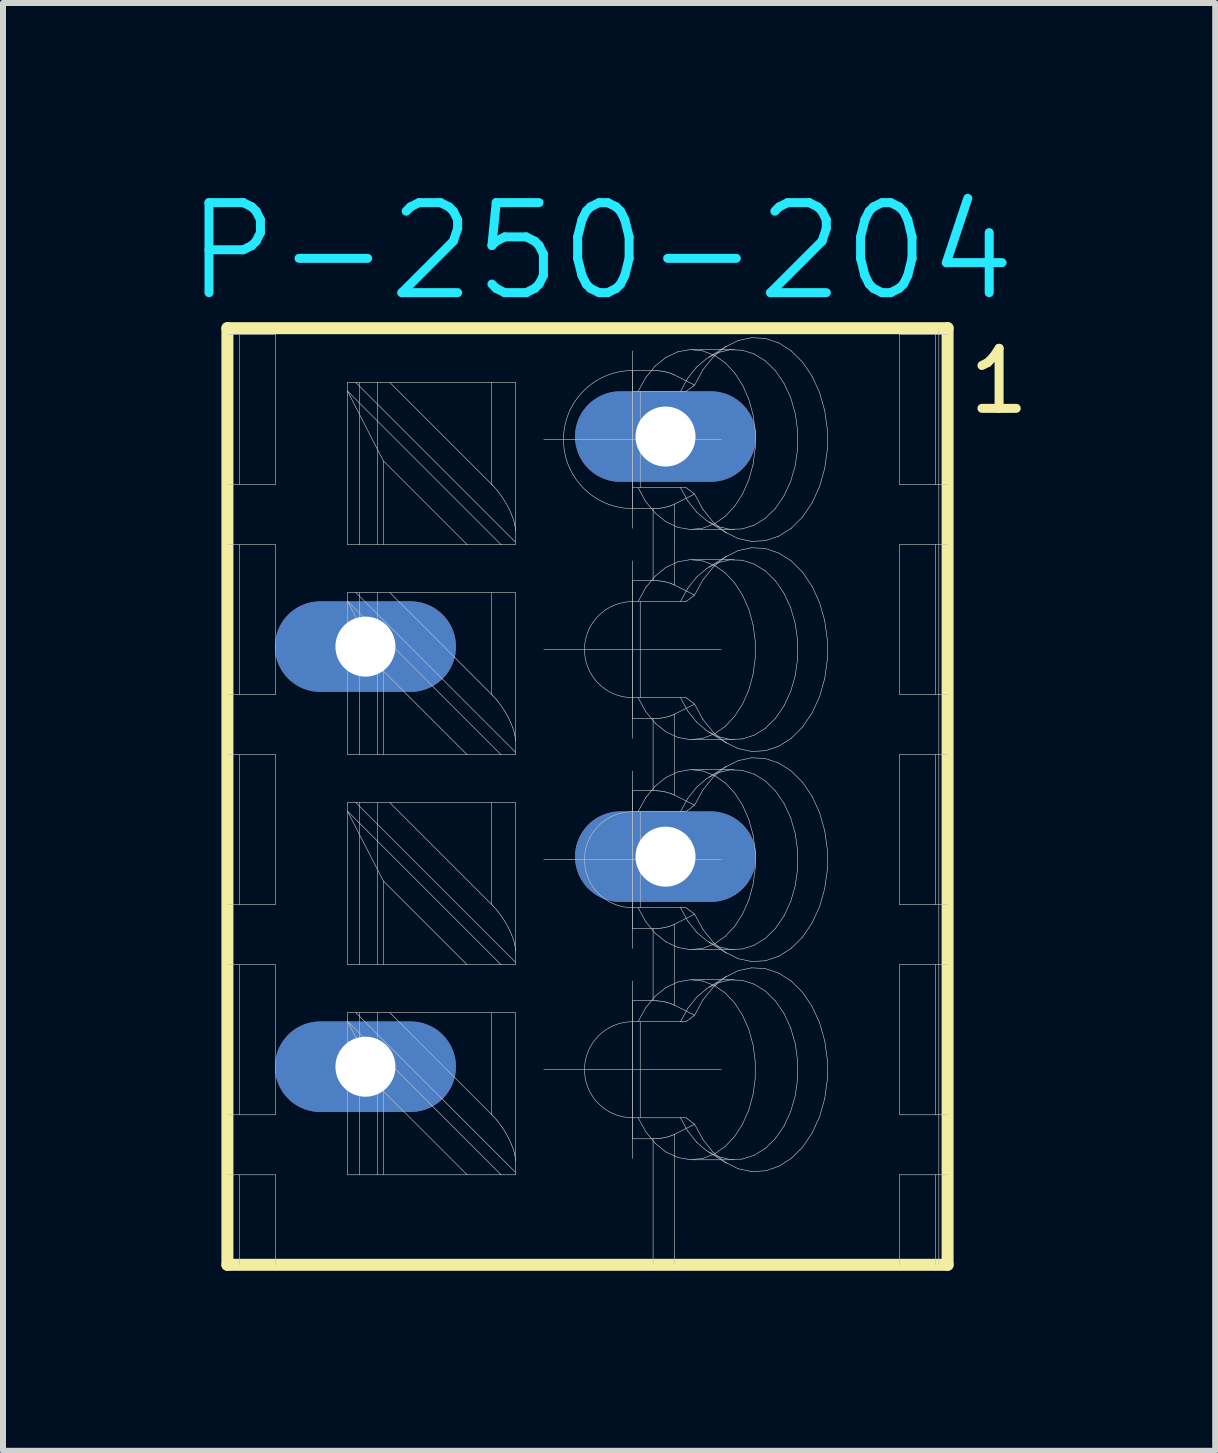
<source format=kicad_pcb>
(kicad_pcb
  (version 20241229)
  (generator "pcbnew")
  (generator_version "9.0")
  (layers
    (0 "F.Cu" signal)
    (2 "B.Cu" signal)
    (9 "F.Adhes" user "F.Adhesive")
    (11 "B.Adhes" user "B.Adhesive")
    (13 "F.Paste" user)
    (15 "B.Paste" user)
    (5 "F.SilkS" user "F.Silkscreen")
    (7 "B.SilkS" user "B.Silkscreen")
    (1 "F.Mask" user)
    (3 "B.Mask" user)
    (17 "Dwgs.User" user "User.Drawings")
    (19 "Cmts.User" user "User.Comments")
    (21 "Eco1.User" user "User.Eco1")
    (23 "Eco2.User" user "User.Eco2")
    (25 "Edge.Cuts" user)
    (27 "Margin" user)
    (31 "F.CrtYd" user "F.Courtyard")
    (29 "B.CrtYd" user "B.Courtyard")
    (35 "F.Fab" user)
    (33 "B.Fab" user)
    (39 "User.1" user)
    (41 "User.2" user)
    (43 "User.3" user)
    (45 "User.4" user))
  (footprint "P-250-204"
    (layer "F.Cu")
    (at 6.739 3.274)
    (property "Reference" "P-250-204" (at 0.229 -2.134 0) (layer "B.CrtYd") (effects (font (size 1.5 1.5) (thickness 0.15))))
    (attr through_hole)
    (fp_line (start -6 -0.856) (end -6 14.75) (stroke (width 0.2) (type solid)) (layer "F.SilkS"))
    (fp_line (start -6 14.75) (end 6 14.75) (stroke (width 0.2) (type solid)) (layer "F.SilkS"))
    (fp_line (start 6 -0.856) (end -6 -0.856) (stroke (width 0.2) (type solid)) (layer "F.SilkS"))
    (fp_line (start 6 -0.856) (end 6 14.75) (stroke (width 0.2) (type solid)) (layer "F.SilkS"))
    (fp_line (start -6 1.75) (end -5.2 1.75) (stroke (width 0.01) (type solid)) (layer "Dwgs.User"))
    (fp_line (start -6 5.25) (end -5.2 5.25) (stroke (width 0.01) (type solid)) (layer "Dwgs.User"))
    (fp_line (start -6 8.75) (end -5.2 8.75) (stroke (width 0.01) (type solid)) (layer "Dwgs.User"))
    (fp_line (start -6 12.25) (end -5.2 12.25) (stroke (width 0.01) (type solid)) (layer "Dwgs.User"))
    (fp_line (start -5.8 -0.75) (end -5.8 1.75) (stroke (width 0.01) (type solid)) (layer "Dwgs.User"))
    (fp_line (start -5.8 2.75) (end -5.8 5.25) (stroke (width 0.01) (type solid)) (layer "Dwgs.User"))
    (fp_line (start -5.8 6.25) (end -5.8 8.75) (stroke (width 0.01) (type solid)) (layer "Dwgs.User"))
    (fp_line (start -5.8 9.75) (end -5.8 12.25) (stroke (width 0.01) (type solid)) (layer "Dwgs.User"))
    (fp_line (start -5.8 13.25) (end -5.8 14.75) (stroke (width 0.01) (type solid)) (layer "Dwgs.User"))
    (fp_line (start -5.2 -0.75) (end -6 -0.75) (stroke (width 0.01) (type solid)) (layer "Dwgs.User"))
    (fp_line (start -5.2 -0.75) (end -5.2 1.75) (stroke (width 0.01) (type solid)) (layer "Dwgs.User"))
    (fp_line (start -5.2 2.75) (end -6 2.75) (stroke (width 0.01) (type solid)) (layer "Dwgs.User"))
    (fp_line (start -5.2 2.75) (end -5.2 5.25) (stroke (width 0.01) (type solid)) (layer "Dwgs.User"))
    (fp_line (start -5.2 6.25) (end -6 6.25) (stroke (width 0.01) (type solid)) (layer "Dwgs.User"))
    (fp_line (start -5.2 6.25) (end -5.2 8.75) (stroke (width 0.01) (type solid)) (layer "Dwgs.User"))
    (fp_line (start -5.2 9.75) (end -6 9.75) (stroke (width 0.01) (type solid)) (layer "Dwgs.User"))
    (fp_line (start -5.2 9.75) (end -5.2 12.25) (stroke (width 0.01) (type solid)) (layer "Dwgs.User"))
    (fp_line (start -5.2 13.25) (end -6 13.25) (stroke (width 0.01) (type solid)) (layer "Dwgs.User"))
    (fp_line (start -5.2 13.25) (end -5.2 14.75) (stroke (width 0.01) (type solid)) (layer "Dwgs.User"))
    (fp_line (start -4 0.05) (end -3.859 0.05) (stroke (width 0.01) (type solid)) (layer "Dwgs.User"))
    (fp_line (start -4 0.191) (end -4 0.05) (stroke (width 0.01) (type solid)) (layer "Dwgs.User"))
    (fp_line (start -4 0.191) (end -1.441 2.75) (stroke (width 0.01) (type solid)) (layer "Dwgs.User"))
    (fp_line (start -4 2.75) (end -4 0.191) (stroke (width 0.01) (type solid)) (layer "Dwgs.User"))
    (fp_line (start -4 3.55) (end -3.859 3.55) (stroke (width 0.01) (type solid)) (layer "Dwgs.User"))
    (fp_line (start -4 3.691) (end -4 3.55) (stroke (width 0.01) (type solid)) (layer "Dwgs.User"))
    (fp_line (start -4 3.691) (end -1.441 6.25) (stroke (width 0.01) (type solid)) (layer "Dwgs.User"))
    (fp_line (start -4 6.25) (end -4 3.691) (stroke (width 0.01) (type solid)) (layer "Dwgs.User"))
    (fp_line (start -4 7.05) (end -3.859 7.05) (stroke (width 0.01) (type solid)) (layer "Dwgs.User"))
    (fp_line (start -4 7.191) (end -4 7.05) (stroke (width 0.01) (type solid)) (layer "Dwgs.User"))
    (fp_line (start -4 7.191) (end -1.441 9.75) (stroke (width 0.01) (type solid)) (layer "Dwgs.User"))
    (fp_line (start -4 9.75) (end -4 7.191) (stroke (width 0.01) (type solid)) (layer "Dwgs.User"))
    (fp_line (start -4 10.55) (end -3.859 10.55) (stroke (width 0.01) (type solid)) (layer "Dwgs.User"))
    (fp_line (start -4 10.691) (end -4 10.55) (stroke (width 0.01) (type solid)) (layer "Dwgs.User"))
    (fp_line (start -4 10.691) (end -1.441 13.25) (stroke (width 0.01) (type solid)) (layer "Dwgs.User"))
    (fp_line (start -4 13.25) (end -4 10.691) (stroke (width 0.01) (type solid)) (layer "Dwgs.User"))
    (fp_line (start -3.9 4.125) (end -3.9 4.875) (stroke (width 0.01) (type solid)) (layer "Dwgs.User"))
    (fp_line (start -3.9 11.125) (end -3.9 11.875) (stroke (width 0.01) (type solid)) (layer "Dwgs.User"))
    (fp_line (start -3.859 0.05) (end -1.2 0.05) (stroke (width 0.01) (type solid)) (layer "Dwgs.User"))
    (fp_line (start -3.859 0.05) (end -1.2 2.709) (stroke (width 0.01) (type solid)) (layer "Dwgs.User"))
    (fp_line (start -3.859 3.55) (end -1.2 3.55) (stroke (width 0.01) (type solid)) (layer "Dwgs.User"))
    (fp_line (start -3.859 3.55) (end -1.2 6.209) (stroke (width 0.01) (type solid)) (layer "Dwgs.User"))
    (fp_line (start -3.859 7.05) (end -1.2 7.05) (stroke (width 0.01) (type solid)) (layer "Dwgs.User"))
    (fp_line (start -3.859 7.05) (end -1.2 9.709) (stroke (width 0.01) (type solid)) (layer "Dwgs.User"))
    (fp_line (start -3.859 10.55) (end -1.2 10.55) (stroke (width 0.01) (type solid)) (layer "Dwgs.User"))
    (fp_line (start -3.859 10.55) (end -1.2 13.209) (stroke (width 0.01) (type solid)) (layer "Dwgs.User"))
    (fp_line (start -3.8 2.75) (end -3.8 0.05) (stroke (width 0.01) (type solid)) (layer "Dwgs.User"))
    (fp_line (start -3.8 6.25) (end -3.8 3.55) (stroke (width 0.01) (type solid)) (layer "Dwgs.User"))
    (fp_line (start -3.8 9.75) (end -3.8 7.05) (stroke (width 0.01) (type solid)) (layer "Dwgs.User"))
    (fp_line (start -3.8 13.25) (end -3.8 10.55) (stroke (width 0.01) (type solid)) (layer "Dwgs.User"))
    (fp_line (start -3.5 2.75) (end -3.5 0.05) (stroke (width 0.01) (type solid)) (layer "Dwgs.User"))
    (fp_line (start -3.5 4.125) (end -3.9 4.125) (stroke (width 0.01) (type solid)) (layer "Dwgs.User"))
    (fp_line (start -3.5 4.875) (end -3.9 4.875) (stroke (width 0.01) (type solid)) (layer "Dwgs.User"))
    (fp_line (start -3.5 6.25) (end -3.5 3.55) (stroke (width 0.01) (type solid)) (layer "Dwgs.User"))
    (fp_line (start -3.5 9.75) (end -3.5 7.05) (stroke (width 0.01) (type solid)) (layer "Dwgs.User"))
    (fp_line (start -3.5 11.125) (end -3.9 11.125) (stroke (width 0.01) (type solid)) (layer "Dwgs.User"))
    (fp_line (start -3.5 11.875) (end -3.9 11.875) (stroke (width 0.01) (type solid)) (layer "Dwgs.User"))
    (fp_line (start -3.5 13.25) (end -3.5 10.55) (stroke (width 0.01) (type solid)) (layer "Dwgs.User"))
    (fp_line (start -3.4 1.357) (end -4 0.191) (stroke (width 0.01) (type solid)) (layer "Dwgs.User"))
    (fp_line (start -3.4 2.75) (end -3.4 1.357) (stroke (width 0.01) (type solid)) (layer "Dwgs.User"))
    (fp_line (start -3.4 4.857) (end -4 3.691) (stroke (width 0.01) (type solid)) (layer "Dwgs.User"))
    (fp_line (start -3.4 6.25) (end -3.4 4.857) (stroke (width 0.01) (type solid)) (layer "Dwgs.User"))
    (fp_line (start -3.4 8.357) (end -4 7.191) (stroke (width 0.01) (type solid)) (layer "Dwgs.User"))
    (fp_line (start -3.4 9.75) (end -3.4 8.357) (stroke (width 0.01) (type solid)) (layer "Dwgs.User"))
    (fp_line (start -3.4 11.857) (end -4 10.691) (stroke (width 0.01) (type solid)) (layer "Dwgs.User"))
    (fp_line (start -3.4 13.25) (end -3.4 11.857) (stroke (width 0.01) (type solid)) (layer "Dwgs.User"))
    (fp_line (start -3.293 0.05) (end -1.6 1.743) (stroke (width 0.01) (type solid)) (layer "Dwgs.User"))
    (fp_line (start -3.293 3.55) (end -1.6 5.243) (stroke (width 0.01) (type solid)) (layer "Dwgs.User"))
    (fp_line (start -3.293 7.05) (end -1.6 8.743) (stroke (width 0.01) (type solid)) (layer "Dwgs.User"))
    (fp_line (start -3.293 10.55) (end -1.6 12.243) (stroke (width 0.01) (type solid)) (layer "Dwgs.User"))
    (fp_line (start -2.007 2.75) (end -4 2.75) (stroke (width 0.01) (type solid)) (layer "Dwgs.User"))
    (fp_line (start -2.007 2.75) (end -3.4 1.357) (stroke (width 0.01) (type solid)) (layer "Dwgs.User"))
    (fp_line (start -2.007 6.25) (end -4 6.25) (stroke (width 0.01) (type solid)) (layer "Dwgs.User"))
    (fp_line (start -2.007 6.25) (end -3.4 4.857) (stroke (width 0.01) (type solid)) (layer "Dwgs.User"))
    (fp_line (start -2.007 9.75) (end -4 9.75) (stroke (width 0.01) (type solid)) (layer "Dwgs.User"))
    (fp_line (start -2.007 9.75) (end -3.4 8.357) (stroke (width 0.01) (type solid)) (layer "Dwgs.User"))
    (fp_line (start -2.007 13.25) (end -4 13.25) (stroke (width 0.01) (type solid)) (layer "Dwgs.User"))
    (fp_line (start -2.007 13.25) (end -3.4 11.857) (stroke (width 0.01) (type solid)) (layer "Dwgs.User"))
    (fp_line (start -1.6 1.743) (end -1.6 0.05) (stroke (width 0.01) (type solid)) (layer "Dwgs.User"))
    (fp_line (start -1.6 5.243) (end -1.6 3.55) (stroke (width 0.01) (type solid)) (layer "Dwgs.User"))
    (fp_line (start -1.6 8.743) (end -1.6 7.05) (stroke (width 0.01) (type solid)) (layer "Dwgs.User"))
    (fp_line (start -1.6 12.243) (end -1.6 10.55) (stroke (width 0.01) (type solid)) (layer "Dwgs.User"))
    (fp_line (start -1.597 1.746) (end -1.6 1.743) (stroke (width 0.01) (type solid)) (layer "Dwgs.User"))
    (fp_line (start -1.597 5.246) (end -1.6 5.243) (stroke (width 0.01) (type solid)) (layer "Dwgs.User"))
    (fp_line (start -1.597 8.746) (end -1.6 8.743) (stroke (width 0.01) (type solid)) (layer "Dwgs.User"))
    (fp_line (start -1.597 12.246) (end -1.6 12.243) (stroke (width 0.01) (type solid)) (layer "Dwgs.User"))
    (fp_line (start -1.591 1.752) (end -1.597 1.746) (stroke (width 0.01) (type solid)) (layer "Dwgs.User"))
    (fp_line (start -1.591 5.252) (end -1.597 5.246) (stroke (width 0.01) (type solid)) (layer "Dwgs.User"))
    (fp_line (start -1.591 8.752) (end -1.597 8.746) (stroke (width 0.01) (type solid)) (layer "Dwgs.User"))
    (fp_line (start -1.591 12.252) (end -1.597 12.246) (stroke (width 0.01) (type solid)) (layer "Dwgs.User"))
    (fp_line (start -1.583 1.761) (end -1.591 1.752) (stroke (width 0.01) (type solid)) (layer "Dwgs.User"))
    (fp_line (start -1.583 5.261) (end -1.591 5.252) (stroke (width 0.01) (type solid)) (layer "Dwgs.User"))
    (fp_line (start -1.583 8.761) (end -1.591 8.752) (stroke (width 0.01) (type solid)) (layer "Dwgs.User"))
    (fp_line (start -1.583 12.261) (end -1.591 12.252) (stroke (width 0.01) (type solid)) (layer "Dwgs.User"))
    (fp_line (start -1.58 1.764) (end -1.583 1.761) (stroke (width 0.01) (type solid)) (layer "Dwgs.User"))
    (fp_line (start -1.58 5.264) (end -1.583 5.261) (stroke (width 0.01) (type solid)) (layer "Dwgs.User"))
    (fp_line (start -1.58 8.764) (end -1.583 8.761) (stroke (width 0.01) (type solid)) (layer "Dwgs.User"))
    (fp_line (start -1.58 12.264) (end -1.583 12.261) (stroke (width 0.01) (type solid)) (layer "Dwgs.User"))
    (fp_line (start -1.568 1.776) (end -1.58 1.764) (stroke (width 0.01) (type solid)) (layer "Dwgs.User"))
    (fp_line (start -1.568 5.276) (end -1.58 5.264) (stroke (width 0.01) (type solid)) (layer "Dwgs.User"))
    (fp_line (start -1.568 8.776) (end -1.58 8.764) (stroke (width 0.01) (type solid)) (layer "Dwgs.User"))
    (fp_line (start -1.568 12.276) (end -1.58 12.264) (stroke (width 0.01) (type solid)) (layer "Dwgs.User"))
    (fp_line (start -1.548 1.798) (end -1.568 1.776) (stroke (width 0.01) (type solid)) (layer "Dwgs.User"))
    (fp_line (start -1.548 5.298) (end -1.568 5.276) (stroke (width 0.01) (type solid)) (layer "Dwgs.User"))
    (fp_line (start -1.548 8.798) (end -1.568 8.776) (stroke (width 0.01) (type solid)) (layer "Dwgs.User"))
    (fp_line (start -1.548 12.298) (end -1.568 12.276) (stroke (width 0.01) (type solid)) (layer "Dwgs.User"))
    (fp_line (start -1.513 1.838) (end -1.548 1.798) (stroke (width 0.01) (type solid)) (layer "Dwgs.User"))
    (fp_line (start -1.513 5.338) (end -1.548 5.298) (stroke (width 0.01) (type solid)) (layer "Dwgs.User"))
    (fp_line (start -1.513 8.838) (end -1.548 8.798) (stroke (width 0.01) (type solid)) (layer "Dwgs.User"))
    (fp_line (start -1.513 12.338) (end -1.548 12.298) (stroke (width 0.01) (type solid)) (layer "Dwgs.User"))
    (fp_line (start -1.496 1.859) (end -1.513 1.838) (stroke (width 0.01) (type solid)) (layer "Dwgs.User"))
    (fp_line (start -1.496 5.359) (end -1.513 5.338) (stroke (width 0.01) (type solid)) (layer "Dwgs.User"))
    (fp_line (start -1.496 8.859) (end -1.513 8.838) (stroke (width 0.01) (type solid)) (layer "Dwgs.User"))
    (fp_line (start -1.496 12.359) (end -1.513 12.338) (stroke (width 0.01) (type solid)) (layer "Dwgs.User"))
    (fp_line (start -1.48 1.881) (end -1.496 1.859) (stroke (width 0.01) (type solid)) (layer "Dwgs.User"))
    (fp_line (start -1.48 5.381) (end -1.496 5.359) (stroke (width 0.01) (type solid)) (layer "Dwgs.User"))
    (fp_line (start -1.48 8.881) (end -1.496 8.859) (stroke (width 0.01) (type solid)) (layer "Dwgs.User"))
    (fp_line (start -1.48 12.381) (end -1.496 12.359) (stroke (width 0.01) (type solid)) (layer "Dwgs.User"))
    (fp_line (start -1.447 1.925) (end -1.48 1.881) (stroke (width 0.01) (type solid)) (layer "Dwgs.User"))
    (fp_line (start -1.447 5.425) (end -1.48 5.381) (stroke (width 0.01) (type solid)) (layer "Dwgs.User"))
    (fp_line (start -1.447 8.925) (end -1.48 8.881) (stroke (width 0.01) (type solid)) (layer "Dwgs.User"))
    (fp_line (start -1.447 12.425) (end -1.48 12.381) (stroke (width 0.01) (type solid)) (layer "Dwgs.User"))
    (fp_line (start -1.441 2.75) (end -2.007 2.75) (stroke (width 0.01) (type solid)) (layer "Dwgs.User"))
    (fp_line (start -1.441 6.25) (end -2.007 6.25) (stroke (width 0.01) (type solid)) (layer "Dwgs.User"))
    (fp_line (start -1.441 9.75) (end -2.007 9.75) (stroke (width 0.01) (type solid)) (layer "Dwgs.User"))
    (fp_line (start -1.441 13.25) (end -2.007 13.25) (stroke (width 0.01) (type solid)) (layer "Dwgs.User"))
    (fp_line (start -1.415 1.97) (end -1.447 1.925) (stroke (width 0.01) (type solid)) (layer "Dwgs.User"))
    (fp_line (start -1.415 5.47) (end -1.447 5.425) (stroke (width 0.01) (type solid)) (layer "Dwgs.User"))
    (fp_line (start -1.415 8.97) (end -1.447 8.925) (stroke (width 0.01) (type solid)) (layer "Dwgs.User"))
    (fp_line (start -1.415 12.47) (end -1.447 12.425) (stroke (width 0.01) (type solid)) (layer "Dwgs.User"))
    (fp_line (start -1.385 2.017) (end -1.415 1.97) (stroke (width 0.01) (type solid)) (layer "Dwgs.User"))
    (fp_line (start -1.385 5.517) (end -1.415 5.47) (stroke (width 0.01) (type solid)) (layer "Dwgs.User"))
    (fp_line (start -1.385 9.017) (end -1.415 8.97) (stroke (width 0.01) (type solid)) (layer "Dwgs.User"))
    (fp_line (start -1.385 12.517) (end -1.415 12.47) (stroke (width 0.01) (type solid)) (layer "Dwgs.User"))
    (fp_line (start -1.357 2.064) (end -1.385 2.017) (stroke (width 0.01) (type solid)) (layer "Dwgs.User"))
    (fp_line (start -1.357 5.564) (end -1.385 5.517) (stroke (width 0.01) (type solid)) (layer "Dwgs.User"))
    (fp_line (start -1.357 9.064) (end -1.385 9.017) (stroke (width 0.01) (type solid)) (layer "Dwgs.User"))
    (fp_line (start -1.357 12.564) (end -1.385 12.517) (stroke (width 0.01) (type solid)) (layer "Dwgs.User"))
    (fp_line (start -1.33 2.112) (end -1.357 2.064) (stroke (width 0.01) (type solid)) (layer "Dwgs.User"))
    (fp_line (start -1.33 5.612) (end -1.357 5.564) (stroke (width 0.01) (type solid)) (layer "Dwgs.User"))
    (fp_line (start -1.33 9.112) (end -1.357 9.064) (stroke (width 0.01) (type solid)) (layer "Dwgs.User"))
    (fp_line (start -1.33 12.612) (end -1.357 12.564) (stroke (width 0.01) (type solid)) (layer "Dwgs.User"))
    (fp_line (start -1.317 2.136) (end -1.33 2.112) (stroke (width 0.01) (type solid)) (layer "Dwgs.User"))
    (fp_line (start -1.317 5.636) (end -1.33 5.612) (stroke (width 0.01) (type solid)) (layer "Dwgs.User"))
    (fp_line (start -1.317 9.136) (end -1.33 9.112) (stroke (width 0.01) (type solid)) (layer "Dwgs.User"))
    (fp_line (start -1.317 12.636) (end -1.33 12.612) (stroke (width 0.01) (type solid)) (layer "Dwgs.User"))
    (fp_line (start -1.305 2.16) (end -1.317 2.136) (stroke (width 0.01) (type solid)) (layer "Dwgs.User"))
    (fp_line (start -1.305 5.66) (end -1.317 5.636) (stroke (width 0.01) (type solid)) (layer "Dwgs.User"))
    (fp_line (start -1.305 9.16) (end -1.317 9.136) (stroke (width 0.01) (type solid)) (layer "Dwgs.User"))
    (fp_line (start -1.305 12.66) (end -1.317 12.636) (stroke (width 0.01) (type solid)) (layer "Dwgs.User"))
    (fp_line (start -1.283 2.208) (end -1.305 2.16) (stroke (width 0.01) (type solid)) (layer "Dwgs.User"))
    (fp_line (start -1.283 5.708) (end -1.305 5.66) (stroke (width 0.01) (type solid)) (layer "Dwgs.User"))
    (fp_line (start -1.283 9.208) (end -1.305 9.16) (stroke (width 0.01) (type solid)) (layer "Dwgs.User"))
    (fp_line (start -1.283 12.708) (end -1.305 12.66) (stroke (width 0.01) (type solid)) (layer "Dwgs.User"))
    (fp_line (start -1.263 2.255) (end -1.283 2.208) (stroke (width 0.01) (type solid)) (layer "Dwgs.User"))
    (fp_line (start -1.263 5.755) (end -1.283 5.708) (stroke (width 0.01) (type solid)) (layer "Dwgs.User"))
    (fp_line (start -1.263 9.255) (end -1.283 9.208) (stroke (width 0.01) (type solid)) (layer "Dwgs.User"))
    (fp_line (start -1.263 12.755) (end -1.283 12.708) (stroke (width 0.01) (type solid)) (layer "Dwgs.User"))
    (fp_line (start -1.245 2.301) (end -1.263 2.255) (stroke (width 0.01) (type solid)) (layer "Dwgs.User"))
    (fp_line (start -1.245 5.801) (end -1.263 5.755) (stroke (width 0.01) (type solid)) (layer "Dwgs.User"))
    (fp_line (start -1.245 9.301) (end -1.263 9.255) (stroke (width 0.01) (type solid)) (layer "Dwgs.User"))
    (fp_line (start -1.245 12.801) (end -1.263 12.755) (stroke (width 0.01) (type solid)) (layer "Dwgs.User"))
    (fp_line (start -1.23 2.345) (end -1.245 2.301) (stroke (width 0.01) (type solid)) (layer "Dwgs.User"))
    (fp_line (start -1.23 5.845) (end -1.245 5.801) (stroke (width 0.01) (type solid)) (layer "Dwgs.User"))
    (fp_line (start -1.23 9.345) (end -1.245 9.301) (stroke (width 0.01) (type solid)) (layer "Dwgs.User"))
    (fp_line (start -1.23 12.845) (end -1.245 12.801) (stroke (width 0.01) (type solid)) (layer "Dwgs.User"))
    (fp_line (start -1.218 2.388) (end -1.23 2.345) (stroke (width 0.01) (type solid)) (layer "Dwgs.User"))
    (fp_line (start -1.218 5.888) (end -1.23 5.845) (stroke (width 0.01) (type solid)) (layer "Dwgs.User"))
    (fp_line (start -1.218 9.388) (end -1.23 9.345) (stroke (width 0.01) (type solid)) (layer "Dwgs.User"))
    (fp_line (start -1.218 12.888) (end -1.23 12.845) (stroke (width 0.01) (type solid)) (layer "Dwgs.User"))
    (fp_line (start -1.214 2.409) (end -1.218 2.388) (stroke (width 0.01) (type solid)) (layer "Dwgs.User"))
    (fp_line (start -1.214 5.909) (end -1.218 5.888) (stroke (width 0.01) (type solid)) (layer "Dwgs.User"))
    (fp_line (start -1.214 9.409) (end -1.218 9.388) (stroke (width 0.01) (type solid)) (layer "Dwgs.User"))
    (fp_line (start -1.214 12.909) (end -1.218 12.888) (stroke (width 0.01) (type solid)) (layer "Dwgs.User"))
    (fp_line (start -1.21 2.429) (end -1.214 2.409) (stroke (width 0.01) (type solid)) (layer "Dwgs.User"))
    (fp_line (start -1.21 5.929) (end -1.214 5.909) (stroke (width 0.01) (type solid)) (layer "Dwgs.User"))
    (fp_line (start -1.21 9.429) (end -1.214 9.409) (stroke (width 0.01) (type solid)) (layer "Dwgs.User"))
    (fp_line (start -1.21 12.929) (end -1.214 12.909) (stroke (width 0.01) (type solid)) (layer "Dwgs.User"))
    (fp_line (start -1.203 2.467) (end -1.21 2.429) (stroke (width 0.01) (type solid)) (layer "Dwgs.User"))
    (fp_line (start -1.203 5.967) (end -1.21 5.929) (stroke (width 0.01) (type solid)) (layer "Dwgs.User"))
    (fp_line (start -1.203 9.467) (end -1.21 9.429) (stroke (width 0.01) (type solid)) (layer "Dwgs.User"))
    (fp_line (start -1.203 12.967) (end -1.21 12.929) (stroke (width 0.01) (type solid)) (layer "Dwgs.User"))
    (fp_line (start -1.201 2.489) (end -1.203 2.467) (stroke (width 0.01) (type solid)) (layer "Dwgs.User"))
    (fp_line (start -1.201 5.989) (end -1.203 5.967) (stroke (width 0.01) (type solid)) (layer "Dwgs.User"))
    (fp_line (start -1.201 9.489) (end -1.203 9.467) (stroke (width 0.01) (type solid)) (layer "Dwgs.User"))
    (fp_line (start -1.201 12.989) (end -1.203 12.967) (stroke (width 0.01) (type solid)) (layer "Dwgs.User"))
    (fp_line (start -1.201 2.494) (end -1.201 2.489) (stroke (width 0.01) (type solid)) (layer "Dwgs.User"))
    (fp_line (start -1.201 5.995) (end -1.201 5.989) (stroke (width 0.01) (type solid)) (layer "Dwgs.User"))
    (fp_line (start -1.201 9.495) (end -1.201 9.489) (stroke (width 0.01) (type solid)) (layer "Dwgs.User"))
    (fp_line (start -1.201 12.995) (end -1.201 12.989) (stroke (width 0.01) (type solid)) (layer "Dwgs.User"))
    (fp_line (start -1.2 2.5) (end -1.201 2.494) (stroke (width 0.01) (type solid)) (layer "Dwgs.User"))
    (fp_line (start -1.2 6) (end -1.201 5.995) (stroke (width 0.01) (type solid)) (layer "Dwgs.User"))
    (fp_line (start -1.2 9.5) (end -1.201 9.495) (stroke (width 0.01) (type solid)) (layer "Dwgs.User"))
    (fp_line (start -1.2 13) (end -1.201 12.995) (stroke (width 0.01) (type solid)) (layer "Dwgs.User"))
    (fp_line (start -1.2 2.503) (end -1.2 2.5) (stroke (width 0.01) (type solid)) (layer "Dwgs.User"))
    (fp_line (start -1.2 6.003) (end -1.2 6) (stroke (width 0.01) (type solid)) (layer "Dwgs.User"))
    (fp_line (start -1.2 9.503) (end -1.2 9.5) (stroke (width 0.01) (type solid)) (layer "Dwgs.User"))
    (fp_line (start -1.2 13.003) (end -1.2 13) (stroke (width 0.01) (type solid)) (layer "Dwgs.User"))
    (fp_line (start -1.2 2.506) (end -1.2 2.503) (stroke (width 0.01) (type solid)) (layer "Dwgs.User"))
    (fp_line (start -1.2 6.006) (end -1.2 6.003) (stroke (width 0.01) (type solid)) (layer "Dwgs.User"))
    (fp_line (start -1.2 9.506) (end -1.2 9.503) (stroke (width 0.01) (type solid)) (layer "Dwgs.User"))
    (fp_line (start -1.2 13.006) (end -1.2 13.003) (stroke (width 0.01) (type solid)) (layer "Dwgs.User"))
    (fp_line (start -1.2 2.512) (end -1.2 2.506) (stroke (width 0.01) (type solid)) (layer "Dwgs.User"))
    (fp_line (start -1.2 6.012) (end -1.2 6.006) (stroke (width 0.01) (type solid)) (layer "Dwgs.User"))
    (fp_line (start -1.2 9.512) (end -1.2 9.506) (stroke (width 0.01) (type solid)) (layer "Dwgs.User"))
    (fp_line (start -1.2 13.012) (end -1.2 13.006) (stroke (width 0.01) (type solid)) (layer "Dwgs.User"))
    (fp_line (start -1.2 0.05) (end -1.2 2.75) (stroke (width 0.01) (type solid)) (layer "Dwgs.User"))
    (fp_line (start -1.2 2.517) (end -1.2 2.512) (stroke (width 0.01) (type solid)) (layer "Dwgs.User"))
    (fp_line (start -1.2 2.52) (end -1.2 2.517) (stroke (width 0.01) (type solid)) (layer "Dwgs.User"))
    (fp_line (start -1.2 2.75) (end -1.441 2.75) (stroke (width 0.01) (type solid)) (layer "Dwgs.User"))
    (fp_line (start -1.2 3.55) (end -1.2 6.25) (stroke (width 0.01) (type solid)) (layer "Dwgs.User"))
    (fp_line (start -1.2 6.017) (end -1.2 6.012) (stroke (width 0.01) (type solid)) (layer "Dwgs.User"))
    (fp_line (start -1.2 6.02) (end -1.2 6.017) (stroke (width 0.01) (type solid)) (layer "Dwgs.User"))
    (fp_line (start -1.2 6.25) (end -1.441 6.25) (stroke (width 0.01) (type solid)) (layer "Dwgs.User"))
    (fp_line (start -1.2 7.05) (end -1.2 9.75) (stroke (width 0.01) (type solid)) (layer "Dwgs.User"))
    (fp_line (start -1.2 9.517) (end -1.2 9.512) (stroke (width 0.01) (type solid)) (layer "Dwgs.User"))
    (fp_line (start -1.2 9.52) (end -1.2 9.517) (stroke (width 0.01) (type solid)) (layer "Dwgs.User"))
    (fp_line (start -1.2 9.75) (end -1.441 9.75) (stroke (width 0.01) (type solid)) (layer "Dwgs.User"))
    (fp_line (start -1.2 10.55) (end -1.2 13.25) (stroke (width 0.01) (type solid)) (layer "Dwgs.User"))
    (fp_line (start -1.2 13.017) (end -1.2 13.012) (stroke (width 0.01) (type solid)) (layer "Dwgs.User"))
    (fp_line (start -1.2 13.02) (end -1.2 13.017) (stroke (width 0.01) (type solid)) (layer "Dwgs.User"))
    (fp_line (start -1.2 13.25) (end -1.441 13.25) (stroke (width 0.01) (type solid)) (layer "Dwgs.User"))
    (fp_line (start -0.728 1) (end 2.228 1) (stroke (width 0.01) (type solid)) (layer "Dwgs.User"))
    (fp_line (start -0.728 4.5) (end 2.228 4.5) (stroke (width 0.01) (type solid)) (layer "Dwgs.User"))
    (fp_line (start -0.728 8) (end 2.228 8) (stroke (width 0.01) (type solid)) (layer "Dwgs.User"))
    (fp_line (start -0.728 11.5) (end 2.228 11.5) (stroke (width 0.01) (type solid)) (layer "Dwgs.User"))
    (fp_line (start 0.75 -0.15) (end 0.75 0.2) (stroke (width 0.01) (type solid)) (layer "Dwgs.User"))
    (fp_line (start 0.75 -0.15) (end 1.093 -0.15) (stroke (width 0.01) (type solid)) (layer "Dwgs.User"))
    (fp_line (start 0.75 0.2) (end 0.75 1.8) (stroke (width 0.01) (type solid)) (layer "Dwgs.User"))
    (fp_line (start 0.75 1.8) (end 0.75 2.15) (stroke (width 0.01) (type solid)) (layer "Dwgs.User"))
    (fp_line (start 0.75 1.8) (end 1.549 1.8) (stroke (width 0.01) (type solid)) (layer "Dwgs.User"))
    (fp_line (start 0.75 2.478) (end 0.75 -0.478) (stroke (width 0.01) (type solid)) (layer "Dwgs.User"))
    (fp_line (start 0.75 3.35) (end 0.75 3.7) (stroke (width 0.01) (type solid)) (layer "Dwgs.User"))
    (fp_line (start 0.75 3.35) (end 1.093 3.35) (stroke (width 0.01) (type solid)) (layer "Dwgs.User"))
    (fp_line (start 0.75 3.7) (end 0.75 5.3) (stroke (width 0.01) (type solid)) (layer "Dwgs.User"))
    (fp_line (start 0.75 5.3) (end 1.549 5.3) (stroke (width 0.01) (type solid)) (layer "Dwgs.User"))
    (fp_line (start 0.75 5.65) (end 0.75 5.3) (stroke (width 0.01) (type solid)) (layer "Dwgs.User"))
    (fp_line (start 0.75 5.978) (end 0.75 3.022) (stroke (width 0.01) (type solid)) (layer "Dwgs.User"))
    (fp_line (start 0.75 6.85) (end 0.75 7.2) (stroke (width 0.01) (type solid)) (layer "Dwgs.User"))
    (fp_line (start 0.75 6.85) (end 1.093 6.85) (stroke (width 0.01) (type solid)) (layer "Dwgs.User"))
    (fp_line (start 0.75 7.2) (end 0.75 8.8) (stroke (width 0.01) (type solid)) (layer "Dwgs.User"))
    (fp_line (start 0.75 8.8) (end 1.549 8.8) (stroke (width 0.01) (type solid)) (layer "Dwgs.User"))
    (fp_line (start 0.75 9.15) (end 0.75 8.8) (stroke (width 0.01) (type solid)) (layer "Dwgs.User"))
    (fp_line (start 0.75 9.478) (end 0.75 6.522) (stroke (width 0.01) (type solid)) (layer "Dwgs.User"))
    (fp_line (start 0.75 10.35) (end 0.75 10.7) (stroke (width 0.01) (type solid)) (layer "Dwgs.User"))
    (fp_line (start 0.75 10.35) (end 1.093 10.35) (stroke (width 0.01) (type solid)) (layer "Dwgs.User"))
    (fp_line (start 0.75 10.7) (end 0.75 12.3) (stroke (width 0.01) (type solid)) (layer "Dwgs.User"))
    (fp_line (start 0.75 12.3) (end 1.549 12.3) (stroke (width 0.01) (type solid)) (layer "Dwgs.User"))
    (fp_line (start 0.75 12.65) (end 0.75 12.3) (stroke (width 0.01) (type solid)) (layer "Dwgs.User"))
    (fp_line (start 0.75 12.978) (end 0.75 10.022) (stroke (width 0.01) (type solid)) (layer "Dwgs.User"))
    (fp_line (start 0.842 0.2) (end 0.97 -0.032) (stroke (width 0.01) (type solid)) (layer "Dwgs.User"))
    (fp_line (start 0.842 3.7) (end 0.97 3.468) (stroke (width 0.01) (type solid)) (layer "Dwgs.User"))
    (fp_line (start 0.842 7.2) (end 0.97 6.968) (stroke (width 0.01) (type solid)) (layer "Dwgs.User"))
    (fp_line (start 0.842 10.7) (end 0.97 10.468) (stroke (width 0.01) (type solid)) (layer "Dwgs.User"))
    (fp_line (start 0.879 0.2) (end 0.879 1.8) (stroke (width 0.01) (type solid)) (layer "Dwgs.User"))
    (fp_line (start 0.879 3.7) (end 0.879 5.3) (stroke (width 0.01) (type solid)) (layer "Dwgs.User"))
    (fp_line (start 0.879 7.2) (end 0.879 8.8) (stroke (width 0.01) (type solid)) (layer "Dwgs.User"))
    (fp_line (start 0.879 10.7) (end 0.879 12.3) (stroke (width 0.01) (type solid)) (layer "Dwgs.User"))
    (fp_line (start 0.97 -0.032) (end 1.127 -0.225) (stroke (width 0.01) (type solid)) (layer "Dwgs.User"))
    (fp_line (start 0.97 2.032) (end 0.842 1.8) (stroke (width 0.01) (type solid)) (layer "Dwgs.User"))
    (fp_line (start 0.97 3.468) (end 1.127 3.276) (stroke (width 0.01) (type solid)) (layer "Dwgs.User"))
    (fp_line (start 0.97 5.532) (end 0.842 5.3) (stroke (width 0.01) (type solid)) (layer "Dwgs.User"))
    (fp_line (start 0.97 6.968) (end 1.127 6.776) (stroke (width 0.01) (type solid)) (layer "Dwgs.User"))
    (fp_line (start 0.97 9.032) (end 0.842 8.8) (stroke (width 0.01) (type solid)) (layer "Dwgs.User"))
    (fp_line (start 0.97 10.468) (end 1.127 10.275) (stroke (width 0.01) (type solid)) (layer "Dwgs.User"))
    (fp_line (start 0.97 12.532) (end 0.842 12.3) (stroke (width 0.01) (type solid)) (layer "Dwgs.User"))
    (fp_line (start 1.093 2.15) (end 0.75 2.15) (stroke (width 0.01) (type solid)) (layer "Dwgs.User"))
    (fp_line (start 1.093 2.15) (end 1.093 3.35) (stroke (width 0.01) (type solid)) (layer "Dwgs.User"))
    (fp_line (start 1.093 2.15) (end 1.104 2.15) (stroke (width 0.01) (type solid)) (layer "Dwgs.User"))
    (fp_line (start 1.093 5.65) (end 0.75 5.65) (stroke (width 0.01) (type solid)) (layer "Dwgs.User"))
    (fp_line (start 1.093 5.65) (end 1.093 6.85) (stroke (width 0.01) (type solid)) (layer "Dwgs.User"))
    (fp_line (start 1.093 5.65) (end 1.104 5.65) (stroke (width 0.01) (type solid)) (layer "Dwgs.User"))
    (fp_line (start 1.093 9.15) (end 0.75 9.15) (stroke (width 0.01) (type solid)) (layer "Dwgs.User"))
    (fp_line (start 1.093 9.15) (end 1.093 10.35) (stroke (width 0.01) (type solid)) (layer "Dwgs.User"))
    (fp_line (start 1.093 9.15) (end 1.104 9.15) (stroke (width 0.01) (type solid)) (layer "Dwgs.User"))
    (fp_line (start 1.093 12.65) (end 0.75 12.65) (stroke (width 0.01) (type solid)) (layer "Dwgs.User"))
    (fp_line (start 1.093 12.65) (end 1.093 14.75) (stroke (width 0.01) (type solid)) (layer "Dwgs.User"))
    (fp_line (start 1.093 12.65) (end 1.104 12.65) (stroke (width 0.01) (type solid)) (layer "Dwgs.User"))
    (fp_line (start 1.1 0.625) (end 1.1 1.375) (stroke (width 0.01) (type solid)) (layer "Dwgs.User"))
    (fp_line (start 1.1 1.375) (end 1.5 1.375) (stroke (width 0.01) (type solid)) (layer "Dwgs.User"))
    (fp_line (start 1.1 7.625) (end 1.1 8.375) (stroke (width 0.01) (type solid)) (layer "Dwgs.User"))
    (fp_line (start 1.1 8.375) (end 1.5 8.375) (stroke (width 0.01) (type solid)) (layer "Dwgs.User"))
    (fp_line (start 1.104 -0.15) (end 1.093 -0.15) (stroke (width 0.01) (type solid)) (layer "Dwgs.User"))
    (fp_line (start 1.104 2.15) (end 1.126 2.15) (stroke (width 0.01) (type solid)) (layer "Dwgs.User"))
    (fp_line (start 1.104 3.35) (end 1.093 3.35) (stroke (width 0.01) (type solid)) (layer "Dwgs.User"))
    (fp_line (start 1.104 5.65) (end 1.126 5.649) (stroke (width 0.01) (type solid)) (layer "Dwgs.User"))
    (fp_line (start 1.104 6.85) (end 1.093 6.85) (stroke (width 0.01) (type solid)) (layer "Dwgs.User"))
    (fp_line (start 1.104 9.15) (end 1.126 9.149) (stroke (width 0.01) (type solid)) (layer "Dwgs.User"))
    (fp_line (start 1.104 10.35) (end 1.093 10.35) (stroke (width 0.01) (type solid)) (layer "Dwgs.User"))
    (fp_line (start 1.104 12.65) (end 1.126 12.649) (stroke (width 0.01) (type solid)) (layer "Dwgs.User"))
    (fp_line (start 1.126 -0.149) (end 1.104 -0.15) (stroke (width 0.01) (type solid)) (layer "Dwgs.User"))
    (fp_line (start 1.126 2.15) (end 1.147 2.148) (stroke (width 0.01) (type solid)) (layer "Dwgs.User"))
    (fp_line (start 1.126 3.35) (end 1.104 3.35) (stroke (width 0.01) (type solid)) (layer "Dwgs.User"))
    (fp_line (start 1.126 5.649) (end 1.147 5.649) (stroke (width 0.01) (type solid)) (layer "Dwgs.User"))
    (fp_line (start 1.126 6.851) (end 1.104 6.85) (stroke (width 0.01) (type solid)) (layer "Dwgs.User"))
    (fp_line (start 1.126 9.149) (end 1.147 9.149) (stroke (width 0.01) (type solid)) (layer "Dwgs.User"))
    (fp_line (start 1.126 10.351) (end 1.104 10.35) (stroke (width 0.01) (type solid)) (layer "Dwgs.User"))
    (fp_line (start 1.126 12.649) (end 1.147 12.649) (stroke (width 0.01) (type solid)) (layer "Dwgs.User"))
    (fp_line (start 1.127 -0.225) (end 1.307 -0.37) (stroke (width 0.01) (type solid)) (layer "Dwgs.User"))
    (fp_line (start 1.127 2.224) (end 0.97 2.032) (stroke (width 0.01) (type solid)) (layer "Dwgs.User"))
    (fp_line (start 1.127 3.276) (end 1.307 3.13) (stroke (width 0.01) (type solid)) (layer "Dwgs.User"))
    (fp_line (start 1.127 5.724) (end 0.97 5.532) (stroke (width 0.01) (type solid)) (layer "Dwgs.User"))
    (fp_line (start 1.127 6.776) (end 1.307 6.63) (stroke (width 0.01) (type solid)) (layer "Dwgs.User"))
    (fp_line (start 1.127 9.225) (end 0.97 9.032) (stroke (width 0.01) (type solid)) (layer "Dwgs.User"))
    (fp_line (start 1.127 10.275) (end 1.307 10.13) (stroke (width 0.01) (type solid)) (layer "Dwgs.User"))
    (fp_line (start 1.127 12.725) (end 0.97 12.532) (stroke (width 0.01) (type solid)) (layer "Dwgs.User"))
    (fp_line (start 1.147 -0.148) (end 1.126 -0.149) (stroke (width 0.01) (type solid)) (layer "Dwgs.User"))
    (fp_line (start 1.147 2.148) (end 1.158 2.148) (stroke (width 0.01) (type solid)) (layer "Dwgs.User"))
    (fp_line (start 1.147 3.352) (end 1.126 3.35) (stroke (width 0.01) (type solid)) (layer "Dwgs.User"))
    (fp_line (start 1.147 5.649) (end 1.158 5.648) (stroke (width 0.01) (type solid)) (layer "Dwgs.User"))
    (fp_line (start 1.147 6.851) (end 1.126 6.851) (stroke (width 0.01) (type solid)) (layer "Dwgs.User"))
    (fp_line (start 1.147 9.149) (end 1.158 9.148) (stroke (width 0.01) (type solid)) (layer "Dwgs.User"))
    (fp_line (start 1.147 10.351) (end 1.126 10.351) (stroke (width 0.01) (type solid)) (layer "Dwgs.User"))
    (fp_line (start 1.147 12.649) (end 1.158 12.648) (stroke (width 0.01) (type solid)) (layer "Dwgs.User"))
    (fp_line (start 1.158 -0.148) (end 1.147 -0.148) (stroke (width 0.01) (type solid)) (layer "Dwgs.User"))
    (fp_line (start 1.158 2.148) (end 1.169 2.147) (stroke (width 0.01) (type solid)) (layer "Dwgs.User"))
    (fp_line (start 1.158 3.352) (end 1.147 3.352) (stroke (width 0.01) (type solid)) (layer "Dwgs.User"))
    (fp_line (start 1.158 5.648) (end 1.169 5.647) (stroke (width 0.01) (type solid)) (layer "Dwgs.User"))
    (fp_line (start 1.158 6.852) (end 1.147 6.851) (stroke (width 0.01) (type solid)) (layer "Dwgs.User"))
    (fp_line (start 1.158 9.148) (end 1.169 9.147) (stroke (width 0.01) (type solid)) (layer "Dwgs.User"))
    (fp_line (start 1.158 10.352) (end 1.147 10.351) (stroke (width 0.01) (type solid)) (layer "Dwgs.User"))
    (fp_line (start 1.158 12.648) (end 1.169 12.647) (stroke (width 0.01) (type solid)) (layer "Dwgs.User"))
    (fp_line (start 1.169 -0.147) (end 1.158 -0.148) (stroke (width 0.01) (type solid)) (layer "Dwgs.User"))
    (fp_line (start 1.169 2.147) (end 1.19 2.145) (stroke (width 0.01) (type solid)) (layer "Dwgs.User"))
    (fp_line (start 1.169 3.353) (end 1.158 3.352) (stroke (width 0.01) (type solid)) (layer "Dwgs.User"))
    (fp_line (start 1.169 5.647) (end 1.19 5.645) (stroke (width 0.01) (type solid)) (layer "Dwgs.User"))
    (fp_line (start 1.169 6.853) (end 1.158 6.852) (stroke (width 0.01) (type solid)) (layer "Dwgs.User"))
    (fp_line (start 1.169 9.147) (end 1.19 9.145) (stroke (width 0.01) (type solid)) (layer "Dwgs.User"))
    (fp_line (start 1.169 10.353) (end 1.158 10.352) (stroke (width 0.01) (type solid)) (layer "Dwgs.User"))
    (fp_line (start 1.169 12.647) (end 1.19 12.645) (stroke (width 0.01) (type solid)) (layer "Dwgs.User"))
    (fp_line (start 1.19 -0.145) (end 1.169 -0.147) (stroke (width 0.01) (type solid)) (layer "Dwgs.User"))
    (fp_line (start 1.19 2.145) (end 1.212 2.143) (stroke (width 0.01) (type solid)) (layer "Dwgs.User"))
    (fp_line (start 1.19 3.355) (end 1.169 3.353) (stroke (width 0.01) (type solid)) (layer "Dwgs.User"))
    (fp_line (start 1.19 5.645) (end 1.212 5.643) (stroke (width 0.01) (type solid)) (layer "Dwgs.User"))
    (fp_line (start 1.19 6.855) (end 1.169 6.853) (stroke (width 0.01) (type solid)) (layer "Dwgs.User"))
    (fp_line (start 1.19 9.145) (end 1.212 9.143) (stroke (width 0.01) (type solid)) (layer "Dwgs.User"))
    (fp_line (start 1.19 10.355) (end 1.169 10.353) (stroke (width 0.01) (type solid)) (layer "Dwgs.User"))
    (fp_line (start 1.19 12.645) (end 1.212 12.643) (stroke (width 0.01) (type solid)) (layer "Dwgs.User"))
    (fp_line (start 1.212 -0.143) (end 1.19 -0.145) (stroke (width 0.01) (type solid)) (layer "Dwgs.User"))
    (fp_line (start 1.212 2.143) (end 1.233 2.14) (stroke (width 0.01) (type solid)) (layer "Dwgs.User"))
    (fp_line (start 1.212 3.357) (end 1.19 3.355) (stroke (width 0.01) (type solid)) (layer "Dwgs.User"))
    (fp_line (start 1.212 5.643) (end 1.233 5.64) (stroke (width 0.01) (type solid)) (layer "Dwgs.User"))
    (fp_line (start 1.212 6.857) (end 1.19 6.855) (stroke (width 0.01) (type solid)) (layer "Dwgs.User"))
    (fp_line (start 1.212 9.143) (end 1.233 9.14) (stroke (width 0.01) (type solid)) (layer "Dwgs.User"))
    (fp_line (start 1.212 10.357) (end 1.19 10.355) (stroke (width 0.01) (type solid)) (layer "Dwgs.User"))
    (fp_line (start 1.212 12.643) (end 1.233 12.64) (stroke (width 0.01) (type solid)) (layer "Dwgs.User"))
    (fp_line (start 1.233 -0.14) (end 1.212 -0.143) (stroke (width 0.01) (type solid)) (layer "Dwgs.User"))
    (fp_line (start 1.233 2.14) (end 1.254 2.137) (stroke (width 0.01) (type solid)) (layer "Dwgs.User"))
    (fp_line (start 1.233 3.36) (end 1.212 3.357) (stroke (width 0.01) (type solid)) (layer "Dwgs.User"))
    (fp_line (start 1.233 5.64) (end 1.254 5.637) (stroke (width 0.01) (type solid)) (layer "Dwgs.User"))
    (fp_line (start 1.233 6.86) (end 1.212 6.857) (stroke (width 0.01) (type solid)) (layer "Dwgs.User"))
    (fp_line (start 1.233 9.14) (end 1.254 9.137) (stroke (width 0.01) (type solid)) (layer "Dwgs.User"))
    (fp_line (start 1.233 10.36) (end 1.212 10.357) (stroke (width 0.01) (type solid)) (layer "Dwgs.User"))
    (fp_line (start 1.233 12.64) (end 1.254 12.637) (stroke (width 0.01) (type solid)) (layer "Dwgs.User"))
    (fp_line (start 1.254 -0.137) (end 1.233 -0.14) (stroke (width 0.01) (type solid)) (layer "Dwgs.User"))
    (fp_line (start 1.254 2.137) (end 1.274 2.133) (stroke (width 0.01) (type solid)) (layer "Dwgs.User"))
    (fp_line (start 1.254 3.363) (end 1.233 3.36) (stroke (width 0.01) (type solid)) (layer "Dwgs.User"))
    (fp_line (start 1.254 5.637) (end 1.274 5.633) (stroke (width 0.01) (type solid)) (layer "Dwgs.User"))
    (fp_line (start 1.254 6.863) (end 1.233 6.86) (stroke (width 0.01) (type solid)) (layer "Dwgs.User"))
    (fp_line (start 1.254 9.137) (end 1.274 9.133) (stroke (width 0.01) (type solid)) (layer "Dwgs.User"))
    (fp_line (start 1.254 10.363) (end 1.233 10.36) (stroke (width 0.01) (type solid)) (layer "Dwgs.User"))
    (fp_line (start 1.254 12.637) (end 1.274 12.633) (stroke (width 0.01) (type solid)) (layer "Dwgs.User"))
    (fp_line (start 1.274 -0.133) (end 1.254 -0.137) (stroke (width 0.01) (type solid)) (layer "Dwgs.User"))
    (fp_line (start 1.274 2.133) (end 1.284 2.131) (stroke (width 0.01) (type solid)) (layer "Dwgs.User"))
    (fp_line (start 1.274 3.367) (end 1.254 3.363) (stroke (width 0.01) (type solid)) (layer "Dwgs.User"))
    (fp_line (start 1.274 5.633) (end 1.284 5.631) (stroke (width 0.01) (type solid)) (layer "Dwgs.User"))
    (fp_line (start 1.274 6.867) (end 1.254 6.863) (stroke (width 0.01) (type solid)) (layer "Dwgs.User"))
    (fp_line (start 1.274 9.133) (end 1.284 9.131) (stroke (width 0.01) (type solid)) (layer "Dwgs.User"))
    (fp_line (start 1.274 10.367) (end 1.254 10.363) (stroke (width 0.01) (type solid)) (layer "Dwgs.User"))
    (fp_line (start 1.274 12.633) (end 1.284 12.631) (stroke (width 0.01) (type solid)) (layer "Dwgs.User"))
    (fp_line (start 1.284 -0.131) (end 1.274 -0.133) (stroke (width 0.01) (type solid)) (layer "Dwgs.User"))
    (fp_line (start 1.284 2.131) (end 1.294 2.129) (stroke (width 0.01) (type solid)) (layer "Dwgs.User"))
    (fp_line (start 1.284 3.369) (end 1.274 3.367) (stroke (width 0.01) (type solid)) (layer "Dwgs.User"))
    (fp_line (start 1.284 5.631) (end 1.294 5.629) (stroke (width 0.01) (type solid)) (layer "Dwgs.User"))
    (fp_line (start 1.284 6.869) (end 1.274 6.867) (stroke (width 0.01) (type solid)) (layer "Dwgs.User"))
    (fp_line (start 1.284 9.131) (end 1.294 9.129) (stroke (width 0.01) (type solid)) (layer "Dwgs.User"))
    (fp_line (start 1.284 10.369) (end 1.274 10.367) (stroke (width 0.01) (type solid)) (layer "Dwgs.User"))
    (fp_line (start 1.284 12.631) (end 1.294 12.629) (stroke (width 0.01) (type solid)) (layer "Dwgs.User"))
    (fp_line (start 1.294 -0.129) (end 1.284 -0.131) (stroke (width 0.01) (type solid)) (layer "Dwgs.User"))
    (fp_line (start 1.294 2.129) (end 1.314 2.124) (stroke (width 0.01) (type solid)) (layer "Dwgs.User"))
    (fp_line (start 1.294 3.371) (end 1.284 3.369) (stroke (width 0.01) (type solid)) (layer "Dwgs.User"))
    (fp_line (start 1.294 5.629) (end 1.314 5.624) (stroke (width 0.01) (type solid)) (layer "Dwgs.User"))
    (fp_line (start 1.294 6.871) (end 1.284 6.869) (stroke (width 0.01) (type solid)) (layer "Dwgs.User"))
    (fp_line (start 1.294 9.129) (end 1.314 9.124) (stroke (width 0.01) (type solid)) (layer "Dwgs.User"))
    (fp_line (start 1.294 10.371) (end 1.284 10.369) (stroke (width 0.01) (type solid)) (layer "Dwgs.User"))
    (fp_line (start 1.294 12.629) (end 1.314 12.624) (stroke (width 0.01) (type solid)) (layer "Dwgs.User"))
    (fp_line (start 1.307 -0.37) (end 1.505 -0.463) (stroke (width 0.01) (type solid)) (layer "Dwgs.User"))
    (fp_line (start 1.307 2.37) (end 1.127 2.224) (stroke (width 0.01) (type solid)) (layer "Dwgs.User"))
    (fp_line (start 1.307 3.13) (end 1.505 3.037) (stroke (width 0.01) (type solid)) (layer "Dwgs.User"))
    (fp_line (start 1.307 5.87) (end 1.127 5.724) (stroke (width 0.01) (type solid)) (layer "Dwgs.User"))
    (fp_line (start 1.307 6.63) (end 1.505 6.537) (stroke (width 0.01) (type solid)) (layer "Dwgs.User"))
    (fp_line (start 1.307 9.37) (end 1.127 9.225) (stroke (width 0.01) (type solid)) (layer "Dwgs.User"))
    (fp_line (start 1.307 10.13) (end 1.505 10.037) (stroke (width 0.01) (type solid)) (layer "Dwgs.User"))
    (fp_line (start 1.307 12.87) (end 1.127 12.725) (stroke (width 0.01) (type solid)) (layer "Dwgs.User"))
    (fp_line (start 1.314 -0.124) (end 1.294 -0.129) (stroke (width 0.01) (type solid)) (layer "Dwgs.User"))
    (fp_line (start 1.314 2.124) (end 1.333 2.119) (stroke (width 0.01) (type solid)) (layer "Dwgs.User"))
    (fp_line (start 1.314 3.376) (end 1.294 3.371) (stroke (width 0.01) (type solid)) (layer "Dwgs.User"))
    (fp_line (start 1.314 5.624) (end 1.333 5.619) (stroke (width 0.01) (type solid)) (layer "Dwgs.User"))
    (fp_line (start 1.314 6.876) (end 1.294 6.871) (stroke (width 0.01) (type solid)) (layer "Dwgs.User"))
    (fp_line (start 1.314 9.124) (end 1.333 9.119) (stroke (width 0.01) (type solid)) (layer "Dwgs.User"))
    (fp_line (start 1.314 10.376) (end 1.294 10.371) (stroke (width 0.01) (type solid)) (layer "Dwgs.User"))
    (fp_line (start 1.314 12.624) (end 1.333 12.619) (stroke (width 0.01) (type solid)) (layer "Dwgs.User"))
    (fp_line (start 1.333 -0.119) (end 1.314 -0.124) (stroke (width 0.01) (type solid)) (layer "Dwgs.User"))
    (fp_line (start 1.333 2.119) (end 1.352 2.114) (stroke (width 0.01) (type solid)) (layer "Dwgs.User"))
    (fp_line (start 1.333 3.381) (end 1.314 3.376) (stroke (width 0.01) (type solid)) (layer "Dwgs.User"))
    (fp_line (start 1.333 5.619) (end 1.352 5.614) (stroke (width 0.01) (type solid)) (layer "Dwgs.User"))
    (fp_line (start 1.333 6.881) (end 1.314 6.876) (stroke (width 0.01) (type solid)) (layer "Dwgs.User"))
    (fp_line (start 1.333 9.119) (end 1.352 9.114) (stroke (width 0.01) (type solid)) (layer "Dwgs.User"))
    (fp_line (start 1.333 10.381) (end 1.314 10.376) (stroke (width 0.01) (type solid)) (layer "Dwgs.User"))
    (fp_line (start 1.333 12.619) (end 1.352 12.614) (stroke (width 0.01) (type solid)) (layer "Dwgs.User"))
    (fp_line (start 1.352 -0.114) (end 1.333 -0.119) (stroke (width 0.01) (type solid)) (layer "Dwgs.User"))
    (fp_line (start 1.352 2.114) (end 1.371 2.108) (stroke (width 0.01) (type solid)) (layer "Dwgs.User"))
    (fp_line (start 1.352 3.386) (end 1.333 3.381) (stroke (width 0.01) (type solid)) (layer "Dwgs.User"))
    (fp_line (start 1.352 5.614) (end 1.371 5.608) (stroke (width 0.01) (type solid)) (layer "Dwgs.User"))
    (fp_line (start 1.352 6.886) (end 1.333 6.881) (stroke (width 0.01) (type solid)) (layer "Dwgs.User"))
    (fp_line (start 1.352 9.114) (end 1.371 9.108) (stroke (width 0.01) (type solid)) (layer "Dwgs.User"))
    (fp_line (start 1.352 10.386) (end 1.333 10.381) (stroke (width 0.01) (type solid)) (layer "Dwgs.User"))
    (fp_line (start 1.352 12.614) (end 1.371 12.608) (stroke (width 0.01) (type solid)) (layer "Dwgs.User"))
    (fp_line (start 1.371 -0.108) (end 1.352 -0.114) (stroke (width 0.01) (type solid)) (layer "Dwgs.User"))
    (fp_line (start 1.371 2.108) (end 1.389 2.102) (stroke (width 0.01) (type solid)) (layer "Dwgs.User"))
    (fp_line (start 1.371 3.392) (end 1.352 3.386) (stroke (width 0.01) (type solid)) (layer "Dwgs.User"))
    (fp_line (start 1.371 5.608) (end 1.389 5.602) (stroke (width 0.01) (type solid)) (layer "Dwgs.User"))
    (fp_line (start 1.371 6.892) (end 1.352 6.886) (stroke (width 0.01) (type solid)) (layer "Dwgs.User"))
    (fp_line (start 1.371 9.108) (end 1.389 9.102) (stroke (width 0.01) (type solid)) (layer "Dwgs.User"))
    (fp_line (start 1.371 10.392) (end 1.352 10.386) (stroke (width 0.01) (type solid)) (layer "Dwgs.User"))
    (fp_line (start 1.371 12.608) (end 1.389 12.602) (stroke (width 0.01) (type solid)) (layer "Dwgs.User"))
    (fp_line (start 1.389 -0.102) (end 1.371 -0.108) (stroke (width 0.01) (type solid)) (layer "Dwgs.User"))
    (fp_line (start 1.389 2.102) (end 1.397 2.098) (stroke (width 0.01) (type solid)) (layer "Dwgs.User"))
    (fp_line (start 1.389 3.398) (end 1.371 3.392) (stroke (width 0.01) (type solid)) (layer "Dwgs.User"))
    (fp_line (start 1.389 5.602) (end 1.397 5.598) (stroke (width 0.01) (type solid)) (layer "Dwgs.User"))
    (fp_line (start 1.389 6.898) (end 1.371 6.892) (stroke (width 0.01) (type solid)) (layer "Dwgs.User"))
    (fp_line (start 1.389 9.102) (end 1.397 9.098) (stroke (width 0.01) (type solid)) (layer "Dwgs.User"))
    (fp_line (start 1.389 10.398) (end 1.371 10.392) (stroke (width 0.01) (type solid)) (layer "Dwgs.User"))
    (fp_line (start 1.389 12.602) (end 1.397 12.598) (stroke (width 0.01) (type solid)) (layer "Dwgs.User"))
    (fp_line (start 1.397 -0.098) (end 1.389 -0.102) (stroke (width 0.01) (type solid)) (layer "Dwgs.User"))
    (fp_line (start 1.397 2.098) (end 1.406 2.095) (stroke (width 0.01) (type solid)) (layer "Dwgs.User"))
    (fp_line (start 1.397 3.402) (end 1.389 3.398) (stroke (width 0.01) (type solid)) (layer "Dwgs.User"))
    (fp_line (start 1.397 5.598) (end 1.406 5.595) (stroke (width 0.01) (type solid)) (layer "Dwgs.User"))
    (fp_line (start 1.397 6.902) (end 1.389 6.898) (stroke (width 0.01) (type solid)) (layer "Dwgs.User"))
    (fp_line (start 1.397 9.098) (end 1.406 9.095) (stroke (width 0.01) (type solid)) (layer "Dwgs.User"))
    (fp_line (start 1.397 10.402) (end 1.389 10.398) (stroke (width 0.01) (type solid)) (layer "Dwgs.User"))
    (fp_line (start 1.397 12.598) (end 1.406 12.595) (stroke (width 0.01) (type solid)) (layer "Dwgs.User"))
    (fp_line (start 1.406 -0.095) (end 1.397 -0.098) (stroke (width 0.01) (type solid)) (layer "Dwgs.User"))
    (fp_line (start 1.406 2.095) (end 1.423 2.088) (stroke (width 0.01) (type solid)) (layer "Dwgs.User"))
    (fp_line (start 1.406 3.405) (end 1.397 3.402) (stroke (width 0.01) (type solid)) (layer "Dwgs.User"))
    (fp_line (start 1.406 5.595) (end 1.423 5.588) (stroke (width 0.01) (type solid)) (layer "Dwgs.User"))
    (fp_line (start 1.406 6.905) (end 1.397 6.902) (stroke (width 0.01) (type solid)) (layer "Dwgs.User"))
    (fp_line (start 1.406 9.095) (end 1.423 9.088) (stroke (width 0.01) (type solid)) (layer "Dwgs.User"))
    (fp_line (start 1.406 10.405) (end 1.397 10.402) (stroke (width 0.01) (type solid)) (layer "Dwgs.User"))
    (fp_line (start 1.406 12.595) (end 1.423 12.588) (stroke (width 0.01) (type solid)) (layer "Dwgs.User"))
    (fp_line (start 1.423 -0.088) (end 1.406 -0.095) (stroke (width 0.01) (type solid)) (layer "Dwgs.User"))
    (fp_line (start 1.423 2.088) (end 1.439 2.081) (stroke (width 0.01) (type solid)) (layer "Dwgs.User"))
    (fp_line (start 1.423 3.412) (end 1.406 3.405) (stroke (width 0.01) (type solid)) (layer "Dwgs.User"))
    (fp_line (start 1.423 5.588) (end 1.439 5.581) (stroke (width 0.01) (type solid)) (layer "Dwgs.User"))
    (fp_line (start 1.423 6.912) (end 1.406 6.905) (stroke (width 0.01) (type solid)) (layer "Dwgs.User"))
    (fp_line (start 1.423 9.088) (end 1.439 9.081) (stroke (width 0.01) (type solid)) (layer "Dwgs.User"))
    (fp_line (start 1.423 10.412) (end 1.406 10.405) (stroke (width 0.01) (type solid)) (layer "Dwgs.User"))
    (fp_line (start 1.423 12.588) (end 1.439 12.581) (stroke (width 0.01) (type solid)) (layer "Dwgs.User"))
    (fp_line (start 1.439 -0.081) (end 1.423 -0.088) (stroke (width 0.01) (type solid)) (layer "Dwgs.User"))
    (fp_line (start 1.439 2.081) (end 1.446 2.077) (stroke (width 0.01) (type solid)) (layer "Dwgs.User"))
    (fp_line (start 1.439 3.419) (end 1.423 3.412) (stroke (width 0.01) (type solid)) (layer "Dwgs.User"))
    (fp_line (start 1.439 5.581) (end 1.446 5.577) (stroke (width 0.01) (type solid)) (layer "Dwgs.User"))
    (fp_line (start 1.439 6.919) (end 1.423 6.912) (stroke (width 0.01) (type solid)) (layer "Dwgs.User"))
    (fp_line (start 1.439 9.081) (end 1.446 9.077) (stroke (width 0.01) (type solid)) (layer "Dwgs.User"))
    (fp_line (start 1.439 10.419) (end 1.423 10.412) (stroke (width 0.01) (type solid)) (layer "Dwgs.User"))
    (fp_line (start 1.439 12.581) (end 1.446 12.577) (stroke (width 0.01) (type solid)) (layer "Dwgs.User"))
    (fp_line (start 1.446 -0.077) (end 1.439 -0.081) (stroke (width 0.01) (type solid)) (layer "Dwgs.User"))
    (fp_line (start 1.446 -0.077) (end 1.784 0.092) (stroke (width 0.01) (type solid)) (layer "Dwgs.User"))
    (fp_line (start 1.446 2.077) (end 1.446 3.423) (stroke (width 0.01) (type solid)) (layer "Dwgs.User"))
    (fp_line (start 1.446 3.423) (end 1.439 3.419) (stroke (width 0.01) (type solid)) (layer "Dwgs.User"))
    (fp_line (start 1.446 3.423) (end 1.784 3.592) (stroke (width 0.01) (type solid)) (layer "Dwgs.User"))
    (fp_line (start 1.446 5.577) (end 1.446 6.923) (stroke (width 0.01) (type solid)) (layer "Dwgs.User"))
    (fp_line (start 1.446 6.923) (end 1.439 6.919) (stroke (width 0.01) (type solid)) (layer "Dwgs.User"))
    (fp_line (start 1.446 6.923) (end 1.784 7.092) (stroke (width 0.01) (type solid)) (layer "Dwgs.User"))
    (fp_line (start 1.446 9.077) (end 1.446 10.423) (stroke (width 0.01) (type solid)) (layer "Dwgs.User"))
    (fp_line (start 1.446 10.423) (end 1.439 10.419) (stroke (width 0.01) (type solid)) (layer "Dwgs.User"))
    (fp_line (start 1.446 10.423) (end 1.784 10.592) (stroke (width 0.01) (type solid)) (layer "Dwgs.User"))
    (fp_line (start 1.446 12.577) (end 1.446 14.75) (stroke (width 0.01) (type solid)) (layer "Dwgs.User"))
    (fp_line (start 1.5 0.625) (end 1.1 0.625) (stroke (width 0.01) (type solid)) (layer "Dwgs.User"))
    (fp_line (start 1.5 1.375) (end 1.5 0.625) (stroke (width 0.01) (type solid)) (layer "Dwgs.User"))
    (fp_line (start 1.5 7.625) (end 1.1 7.625) (stroke (width 0.01) (type solid)) (layer "Dwgs.User"))
    (fp_line (start 1.5 8.375) (end 1.5 7.625) (stroke (width 0.01) (type solid)) (layer "Dwgs.User"))
    (fp_line (start 1.505 -0.463) (end 1.711 -0.499) (stroke (width 0.01) (type solid)) (layer "Dwgs.User"))
    (fp_line (start 1.505 2.463) (end 1.307 2.37) (stroke (width 0.01) (type solid)) (layer "Dwgs.User"))
    (fp_line (start 1.505 3.037) (end 1.711 3.001) (stroke (width 0.01) (type solid)) (layer "Dwgs.User"))
    (fp_line (start 1.505 5.963) (end 1.307 5.87) (stroke (width 0.01) (type solid)) (layer "Dwgs.User"))
    (fp_line (start 1.505 6.537) (end 1.711 6.5) (stroke (width 0.01) (type solid)) (layer "Dwgs.User"))
    (fp_line (start 1.505 9.463) (end 1.307 9.37) (stroke (width 0.01) (type solid)) (layer "Dwgs.User"))
    (fp_line (start 1.505 10.037) (end 1.711 10.001) (stroke (width 0.01) (type solid)) (layer "Dwgs.User"))
    (fp_line (start 1.505 12.963) (end 1.307 12.87) (stroke (width 0.01) (type solid)) (layer "Dwgs.User"))
    (fp_line (start 1.549 0.2) (end 0.75 0.2) (stroke (width 0.01) (type solid)) (layer "Dwgs.User"))
    (fp_line (start 1.549 0.2) (end 1.642 0.2) (stroke (width 0.01) (type solid)) (layer "Dwgs.User"))
    (fp_line (start 1.549 0.2) (end 1.67 -0.021) (stroke (width 0.01) (type solid)) (layer "Dwgs.User"))
    (fp_line (start 1.549 3.7) (end 0.75 3.7) (stroke (width 0.01) (type solid)) (layer "Dwgs.User"))
    (fp_line (start 1.549 3.7) (end 1.642 3.7) (stroke (width 0.01) (type solid)) (layer "Dwgs.User"))
    (fp_line (start 1.549 3.7) (end 1.67 3.479) (stroke (width 0.01) (type solid)) (layer "Dwgs.User"))
    (fp_line (start 1.549 7.2) (end 0.75 7.2) (stroke (width 0.01) (type solid)) (layer "Dwgs.User"))
    (fp_line (start 1.549 7.2) (end 1.642 7.2) (stroke (width 0.01) (type solid)) (layer "Dwgs.User"))
    (fp_line (start 1.549 7.2) (end 1.67 6.979) (stroke (width 0.01) (type solid)) (layer "Dwgs.User"))
    (fp_line (start 1.549 10.7) (end 0.75 10.7) (stroke (width 0.01) (type solid)) (layer "Dwgs.User"))
    (fp_line (start 1.549 10.7) (end 1.642 10.7) (stroke (width 0.01) (type solid)) (layer "Dwgs.User"))
    (fp_line (start 1.549 10.7) (end 1.67 10.479) (stroke (width 0.01) (type solid)) (layer "Dwgs.User"))
    (fp_line (start 1.642 0.2) (end 1.665 0.182) (stroke (width 0.01) (type solid)) (layer "Dwgs.User"))
    (fp_line (start 1.642 1.8) (end 1.549 1.8) (stroke (width 0.01) (type solid)) (layer "Dwgs.User"))
    (fp_line (start 1.642 3.7) (end 1.665 3.682) (stroke (width 0.01) (type solid)) (layer "Dwgs.User"))
    (fp_line (start 1.642 5.3) (end 1.549 5.3) (stroke (width 0.01) (type solid)) (layer "Dwgs.User"))
    (fp_line (start 1.642 7.2) (end 1.665 7.182) (stroke (width 0.01) (type solid)) (layer "Dwgs.User"))
    (fp_line (start 1.642 8.8) (end 1.549 8.8) (stroke (width 0.01) (type solid)) (layer "Dwgs.User"))
    (fp_line (start 1.642 10.7) (end 1.665 10.682) (stroke (width 0.01) (type solid)) (layer "Dwgs.User"))
    (fp_line (start 1.642 12.3) (end 1.549 12.3) (stroke (width 0.01) (type solid)) (layer "Dwgs.User"))
    (fp_line (start 1.665 0.182) (end 1.712 0.147) (stroke (width 0.01) (type solid)) (layer "Dwgs.User"))
    (fp_line (start 1.665 1.818) (end 1.642 1.8) (stroke (width 0.01) (type solid)) (layer "Dwgs.User"))
    (fp_line (start 1.665 3.682) (end 1.712 3.647) (stroke (width 0.01) (type solid)) (layer "Dwgs.User"))
    (fp_line (start 1.665 5.318) (end 1.642 5.3) (stroke (width 0.01) (type solid)) (layer "Dwgs.User"))
    (fp_line (start 1.665 7.182) (end 1.712 7.147) (stroke (width 0.01) (type solid)) (layer "Dwgs.User"))
    (fp_line (start 1.665 8.818) (end 1.642 8.8) (stroke (width 0.01) (type solid)) (layer "Dwgs.User"))
    (fp_line (start 1.665 10.682) (end 1.712 10.647) (stroke (width 0.01) (type solid)) (layer "Dwgs.User"))
    (fp_line (start 1.665 12.318) (end 1.642 12.3) (stroke (width 0.01) (type solid)) (layer "Dwgs.User"))
    (fp_line (start 1.67 -0.021) (end 1.817 -0.207) (stroke (width 0.01) (type solid)) (layer "Dwgs.User"))
    (fp_line (start 1.67 2.021) (end 1.549 1.8) (stroke (width 0.01) (type solid)) (layer "Dwgs.User"))
    (fp_line (start 1.67 3.479) (end 1.817 3.293) (stroke (width 0.01) (type solid)) (layer "Dwgs.User"))
    (fp_line (start 1.67 5.521) (end 1.549 5.3) (stroke (width 0.01) (type solid)) (layer "Dwgs.User"))
    (fp_line (start 1.67 6.979) (end 1.817 6.793) (stroke (width 0.01) (type solid)) (layer "Dwgs.User"))
    (fp_line (start 1.67 9.021) (end 1.549 8.8) (stroke (width 0.01) (type solid)) (layer "Dwgs.User"))
    (fp_line (start 1.67 10.479) (end 1.817 10.293) (stroke (width 0.01) (type solid)) (layer "Dwgs.User"))
    (fp_line (start 1.67 12.521) (end 1.549 12.3) (stroke (width 0.01) (type solid)) (layer "Dwgs.User"))
    (fp_line (start 1.711 -0.499) (end 1.918 -0.478) (stroke (width 0.01) (type solid)) (layer "Dwgs.User"))
    (fp_line (start 1.711 2.499) (end 1.505 2.463) (stroke (width 0.01) (type solid)) (layer "Dwgs.User"))
    (fp_line (start 1.711 3.001) (end 1.918 3.022) (stroke (width 0.01) (type solid)) (layer "Dwgs.User"))
    (fp_line (start 1.711 6) (end 1.505 5.963) (stroke (width 0.01) (type solid)) (layer "Dwgs.User"))
    (fp_line (start 1.711 6.5) (end 1.918 6.521) (stroke (width 0.01) (type solid)) (layer "Dwgs.User"))
    (fp_line (start 1.711 9.499) (end 1.505 9.463) (stroke (width 0.01) (type solid)) (layer "Dwgs.User"))
    (fp_line (start 1.711 10.001) (end 1.918 10.021) (stroke (width 0.01) (type solid)) (layer "Dwgs.User"))
    (fp_line (start 1.711 12.999) (end 1.505 12.963) (stroke (width 0.01) (type solid)) (layer "Dwgs.User"))
    (fp_line (start 1.712 0.147) (end 1.76 0.11) (stroke (width 0.01) (type solid)) (layer "Dwgs.User"))
    (fp_line (start 1.712 1.853) (end 1.665 1.818) (stroke (width 0.01) (type solid)) (layer "Dwgs.User"))
    (fp_line (start 1.712 3.647) (end 1.76 3.61) (stroke (width 0.01) (type solid)) (layer "Dwgs.User"))
    (fp_line (start 1.712 5.353) (end 1.665 5.318) (stroke (width 0.01) (type solid)) (layer "Dwgs.User"))
    (fp_line (start 1.712 7.147) (end 1.76 7.11) (stroke (width 0.01) (type solid)) (layer "Dwgs.User"))
    (fp_line (start 1.712 8.853) (end 1.665 8.818) (stroke (width 0.01) (type solid)) (layer "Dwgs.User"))
    (fp_line (start 1.712 10.647) (end 1.76 10.61) (stroke (width 0.01) (type solid)) (layer "Dwgs.User"))
    (fp_line (start 1.712 12.353) (end 1.665 12.318) (stroke (width 0.01) (type solid)) (layer "Dwgs.User"))
    (fp_line (start 1.739 2.5) (end 2.446 2.5) (stroke (width 0.01) (type solid)) (layer "Dwgs.User"))
    (fp_line (start 1.739 6) (end 2.446 6) (stroke (width 0.01) (type solid)) (layer "Dwgs.User"))
    (fp_line (start 1.739 9.5) (end 2.446 9.5) (stroke (width 0.01) (type solid)) (layer "Dwgs.User"))
    (fp_line (start 1.739 13) (end 2.446 13) (stroke (width 0.01) (type solid)) (layer "Dwgs.User"))
    (fp_line (start 1.76 0.11) (end 1.784 0.092) (stroke (width 0.01) (type solid)) (layer "Dwgs.User"))
    (fp_line (start 1.76 1.89) (end 1.712 1.853) (stroke (width 0.01) (type solid)) (layer "Dwgs.User"))
    (fp_line (start 1.76 3.61) (end 1.784 3.592) (stroke (width 0.01) (type solid)) (layer "Dwgs.User"))
    (fp_line (start 1.76 5.39) (end 1.712 5.353) (stroke (width 0.01) (type solid)) (layer "Dwgs.User"))
    (fp_line (start 1.76 7.11) (end 1.784 7.092) (stroke (width 0.01) (type solid)) (layer "Dwgs.User"))
    (fp_line (start 1.76 8.89) (end 1.712 8.853) (stroke (width 0.01) (type solid)) (layer "Dwgs.User"))
    (fp_line (start 1.76 10.61) (end 1.784 10.592) (stroke (width 0.01) (type solid)) (layer "Dwgs.User"))
    (fp_line (start 1.76 12.39) (end 1.712 12.353) (stroke (width 0.01) (type solid)) (layer "Dwgs.User"))
    (fp_line (start 1.784 0.092) (end 1.924 -0.164) (stroke (width 0.01) (type solid)) (layer "Dwgs.User"))
    (fp_line (start 1.784 1.908) (end 1.446 2.077) (stroke (width 0.01) (type solid)) (layer "Dwgs.User"))
    (fp_line (start 1.784 1.908) (end 1.76 1.89) (stroke (width 0.01) (type solid)) (layer "Dwgs.User"))
    (fp_line (start 1.784 3.592) (end 1.924 3.336) (stroke (width 0.01) (type solid)) (layer "Dwgs.User"))
    (fp_line (start 1.784 5.408) (end 1.446 5.577) (stroke (width 0.01) (type solid)) (layer "Dwgs.User"))
    (fp_line (start 1.784 5.408) (end 1.76 5.39) (stroke (width 0.01) (type solid)) (layer "Dwgs.User"))
    (fp_line (start 1.784 7.092) (end 1.924 6.836) (stroke (width 0.01) (type solid)) (layer "Dwgs.User"))
    (fp_line (start 1.784 8.908) (end 1.446 9.077) (stroke (width 0.01) (type solid)) (layer "Dwgs.User"))
    (fp_line (start 1.784 8.908) (end 1.76 8.89) (stroke (width 0.01) (type solid)) (layer "Dwgs.User"))
    (fp_line (start 1.784 10.592) (end 1.924 10.336) (stroke (width 0.01) (type solid)) (layer "Dwgs.User"))
    (fp_line (start 1.784 12.408) (end 1.446 12.577) (stroke (width 0.01) (type solid)) (layer "Dwgs.User"))
    (fp_line (start 1.784 12.408) (end 1.76 12.39) (stroke (width 0.01) (type solid)) (layer "Dwgs.User"))
    (fp_line (start 1.817 -0.207) (end 1.986 -0.351) (stroke (width 0.01) (type solid)) (layer "Dwgs.User"))
    (fp_line (start 1.817 2.207) (end 1.67 2.021) (stroke (width 0.01) (type solid)) (layer "Dwgs.User"))
    (fp_line (start 1.817 3.293) (end 1.986 3.149) (stroke (width 0.01) (type solid)) (layer "Dwgs.User"))
    (fp_line (start 1.817 5.707) (end 1.67 5.521) (stroke (width 0.01) (type solid)) (layer "Dwgs.User"))
    (fp_line (start 1.817 6.793) (end 1.986 6.649) (stroke (width 0.01) (type solid)) (layer "Dwgs.User"))
    (fp_line (start 1.817 9.207) (end 1.67 9.021) (stroke (width 0.01) (type solid)) (layer "Dwgs.User"))
    (fp_line (start 1.817 10.293) (end 1.986 10.149) (stroke (width 0.01) (type solid)) (layer "Dwgs.User"))
    (fp_line (start 1.817 12.707) (end 1.67 12.521) (stroke (width 0.01) (type solid)) (layer "Dwgs.User"))
    (fp_line (start 1.918 -0.478) (end 2.119 -0.401) (stroke (width 0.01) (type solid)) (layer "Dwgs.User"))
    (fp_line (start 1.918 2.478) (end 1.711 2.499) (stroke (width 0.01) (type solid)) (layer "Dwgs.User"))
    (fp_line (start 1.918 3.022) (end 2.119 3.099) (stroke (width 0.01) (type solid)) (layer "Dwgs.User"))
    (fp_line (start 1.918 5.979) (end 1.711 6) (stroke (width 0.01) (type solid)) (layer "Dwgs.User"))
    (fp_line (start 1.918 6.521) (end 2.119 6.599) (stroke (width 0.01) (type solid)) (layer "Dwgs.User"))
    (fp_line (start 1.918 9.479) (end 1.711 9.499) (stroke (width 0.01) (type solid)) (layer "Dwgs.User"))
    (fp_line (start 1.918 10.021) (end 2.119 10.099) (stroke (width 0.01) (type solid)) (layer "Dwgs.User"))
    (fp_line (start 1.918 12.979) (end 1.711 12.999) (stroke (width 0.01) (type solid)) (layer "Dwgs.User"))
    (fp_line (start 1.924 -0.164) (end 2.096 -0.378) (stroke (width 0.01) (type solid)) (layer "Dwgs.User"))
    (fp_line (start 1.924 2.164) (end 1.784 1.908) (stroke (width 0.01) (type solid)) (layer "Dwgs.User"))
    (fp_line (start 1.924 3.336) (end 2.096 3.122) (stroke (width 0.01) (type solid)) (layer "Dwgs.User"))
    (fp_line (start 1.924 5.664) (end 1.784 5.408) (stroke (width 0.01) (type solid)) (layer "Dwgs.User"))
    (fp_line (start 1.924 6.836) (end 2.096 6.622) (stroke (width 0.01) (type solid)) (layer "Dwgs.User"))
    (fp_line (start 1.924 9.164) (end 1.784 8.908) (stroke (width 0.01) (type solid)) (layer "Dwgs.User"))
    (fp_line (start 1.924 10.336) (end 2.096 10.122) (stroke (width 0.01) (type solid)) (layer "Dwgs.User"))
    (fp_line (start 1.924 12.664) (end 1.784 12.408) (stroke (width 0.01) (type solid)) (layer "Dwgs.User"))
    (fp_line (start 1.986 -0.351) (end 2.171 -0.449) (stroke (width 0.01) (type solid)) (layer "Dwgs.User"))
    (fp_line (start 1.986 2.351) (end 1.817 2.207) (stroke (width 0.01) (type solid)) (layer "Dwgs.User"))
    (fp_line (start 1.986 3.149) (end 2.171 3.051) (stroke (width 0.01) (type solid)) (layer "Dwgs.User"))
    (fp_line (start 1.986 5.851) (end 1.817 5.707) (stroke (width 0.01) (type solid)) (layer "Dwgs.User"))
    (fp_line (start 1.986 6.649) (end 2.171 6.551) (stroke (width 0.01) (type solid)) (layer "Dwgs.User"))
    (fp_line (start 1.986 9.351) (end 1.817 9.207) (stroke (width 0.01) (type solid)) (layer "Dwgs.User"))
    (fp_line (start 1.986 10.149) (end 2.171 10.052) (stroke (width 0.01) (type solid)) (layer "Dwgs.User"))
    (fp_line (start 1.986 12.851) (end 1.817 12.707) (stroke (width 0.01) (type solid)) (layer "Dwgs.User"))
    (fp_line (start 2.022 2.375) (end 2.319 2.558) (stroke (width 0.01) (type solid)) (layer "Dwgs.User"))
    (fp_line (start 2.022 5.875) (end 2.319 6.058) (stroke (width 0.01) (type solid)) (layer "Dwgs.User"))
    (fp_line (start 2.022 9.375) (end 2.319 9.558) (stroke (width 0.01) (type solid)) (layer "Dwgs.User"))
    (fp_line (start 2.022 12.875) (end 2.319 13.058) (stroke (width 0.01) (type solid)) (layer "Dwgs.User"))
    (fp_line (start 2.096 -0.378) (end 2.294 -0.542) (stroke (width 0.01) (type solid)) (layer "Dwgs.User"))
    (fp_line (start 2.096 2.378) (end 1.924 2.164) (stroke (width 0.01) (type solid)) (layer "Dwgs.User"))
    (fp_line (start 2.096 3.122) (end 2.294 2.958) (stroke (width 0.01) (type solid)) (layer "Dwgs.User"))
    (fp_line (start 2.096 5.878) (end 1.924 5.664) (stroke (width 0.01) (type solid)) (layer "Dwgs.User"))
    (fp_line (start 2.096 6.622) (end 2.294 6.458) (stroke (width 0.01) (type solid)) (layer "Dwgs.User"))
    (fp_line (start 2.096 9.378) (end 1.924 9.164) (stroke (width 0.01) (type solid)) (layer "Dwgs.User"))
    (fp_line (start 2.096 10.122) (end 2.294 9.958) (stroke (width 0.01) (type solid)) (layer "Dwgs.User"))
    (fp_line (start 2.096 12.878) (end 1.924 12.664) (stroke (width 0.01) (type solid)) (layer "Dwgs.User"))
    (fp_line (start 2.119 -0.401) (end 2.295 -0.278) (stroke (width 0.01) (type solid)) (layer "Dwgs.User"))
    (fp_line (start 2.119 2.401) (end 1.918 2.478) (stroke (width 0.01) (type solid)) (layer "Dwgs.User"))
    (fp_line (start 2.119 3.099) (end 2.295 3.222) (stroke (width 0.01) (type solid)) (layer "Dwgs.User"))
    (fp_line (start 2.119 5.901) (end 1.918 5.979) (stroke (width 0.01) (type solid)) (layer "Dwgs.User"))
    (fp_line (start 2.119 6.599) (end 2.295 6.722) (stroke (width 0.01) (type solid)) (layer "Dwgs.User"))
    (fp_line (start 2.119 9.401) (end 1.918 9.479) (stroke (width 0.01) (type solid)) (layer "Dwgs.User"))
    (fp_line (start 2.119 10.099) (end 2.295 10.222) (stroke (width 0.01) (type solid)) (layer "Dwgs.User"))
    (fp_line (start 2.119 12.901) (end 1.918 12.979) (stroke (width 0.01) (type solid)) (layer "Dwgs.User"))
    (fp_line (start 2.171 -0.449) (end 2.373 -0.496) (stroke (width 0.01) (type solid)) (layer "Dwgs.User"))
    (fp_line (start 2.171 2.449) (end 1.986 2.351) (stroke (width 0.01) (type solid)) (layer "Dwgs.User"))
    (fp_line (start 2.171 3.051) (end 2.373 3.004) (stroke (width 0.01) (type solid)) (layer "Dwgs.User"))
    (fp_line (start 2.171 5.949) (end 1.986 5.851) (stroke (width 0.01) (type solid)) (layer "Dwgs.User"))
    (fp_line (start 2.171 6.551) (end 2.373 6.504) (stroke (width 0.01) (type solid)) (layer "Dwgs.User"))
    (fp_line (start 2.171 9.448) (end 1.986 9.351) (stroke (width 0.01) (type solid)) (layer "Dwgs.User"))
    (fp_line (start 2.171 10.052) (end 2.373 10.004) (stroke (width 0.01) (type solid)) (layer "Dwgs.User"))
    (fp_line (start 2.171 12.948) (end 1.986 12.851) (stroke (width 0.01) (type solid)) (layer "Dwgs.User"))
    (fp_line (start 2.294 -0.542) (end 2.51 -0.65) (stroke (width 0.01) (type solid)) (layer "Dwgs.User"))
    (fp_line (start 2.294 2.542) (end 2.096 2.378) (stroke (width 0.01) (type solid)) (layer "Dwgs.User"))
    (fp_line (start 2.294 2.958) (end 2.51 2.85) (stroke (width 0.01) (type solid)) (layer "Dwgs.User"))
    (fp_line (start 2.294 6.042) (end 2.096 5.878) (stroke (width 0.01) (type solid)) (layer "Dwgs.User"))
    (fp_line (start 2.294 6.458) (end 2.51 6.35) (stroke (width 0.01) (type solid)) (layer "Dwgs.User"))
    (fp_line (start 2.294 9.542) (end 2.096 9.378) (stroke (width 0.01) (type solid)) (layer "Dwgs.User"))
    (fp_line (start 2.294 9.958) (end 2.51 9.85) (stroke (width 0.01) (type solid)) (layer "Dwgs.User"))
    (fp_line (start 2.294 13.042) (end 2.096 12.878) (stroke (width 0.01) (type solid)) (layer "Dwgs.User"))
    (fp_line (start 2.295 -0.278) (end 2.452 -0.111) (stroke (width 0.01) (type solid)) (layer "Dwgs.User"))
    (fp_line (start 2.295 2.278) (end 2.119 2.401) (stroke (width 0.01) (type solid)) (layer "Dwgs.User"))
    (fp_line (start 2.295 3.222) (end 2.452 3.389) (stroke (width 0.01) (type solid)) (layer "Dwgs.User"))
    (fp_line (start 2.295 5.778) (end 2.119 5.901) (stroke (width 0.01) (type solid)) (layer "Dwgs.User"))
    (fp_line (start 2.295 6.722) (end 2.452 6.889) (stroke (width 0.01) (type solid)) (layer "Dwgs.User"))
    (fp_line (start 2.295 9.278) (end 2.119 9.401) (stroke (width 0.01) (type solid)) (layer "Dwgs.User"))
    (fp_line (start 2.295 10.222) (end 2.452 10.389) (stroke (width 0.01) (type solid)) (layer "Dwgs.User"))
    (fp_line (start 2.295 12.778) (end 2.119 12.901) (stroke (width 0.01) (type solid)) (layer "Dwgs.User"))
    (fp_line (start 2.319 -0.558) (end 2.022 -0.375) (stroke (width 0.01) (type solid)) (layer "Dwgs.User"))
    (fp_line (start 2.319 2.942) (end 2.022 3.125) (stroke (width 0.01) (type solid)) (layer "Dwgs.User"))
    (fp_line (start 2.319 6.442) (end 2.022 6.625) (stroke (width 0.01) (type solid)) (layer "Dwgs.User"))
    (fp_line (start 2.319 9.942) (end 2.022 10.125) (stroke (width 0.01) (type solid)) (layer "Dwgs.User"))
    (fp_line (start 2.373 -0.496) (end 2.577 -0.489) (stroke (width 0.01) (type solid)) (layer "Dwgs.User"))
    (fp_line (start 2.373 2.496) (end 2.171 2.449) (stroke (width 0.01) (type solid)) (layer "Dwgs.User"))
    (fp_line (start 2.373 3.004) (end 2.577 3.011) (stroke (width 0.01) (type solid)) (layer "Dwgs.User"))
    (fp_line (start 2.373 5.996) (end 2.171 5.949) (stroke (width 0.01) (type solid)) (layer "Dwgs.User"))
    (fp_line (start 2.373 6.504) (end 2.577 6.511) (stroke (width 0.01) (type solid)) (layer "Dwgs.User"))
    (fp_line (start 2.373 9.496) (end 2.171 9.448) (stroke (width 0.01) (type solid)) (layer "Dwgs.User"))
    (fp_line (start 2.373 10.004) (end 2.577 10.011) (stroke (width 0.01) (type solid)) (layer "Dwgs.User"))
    (fp_line (start 2.373 12.996) (end 2.171 12.948) (stroke (width 0.01) (type solid)) (layer "Dwgs.User"))
    (fp_line (start 2.446 -0.5) (end 1.739 -0.5) (stroke (width 0.01) (type solid)) (layer "Dwgs.User"))
    (fp_line (start 2.446 3) (end 1.739 3) (stroke (width 0.01) (type solid)) (layer "Dwgs.User"))
    (fp_line (start 2.446 6.5) (end 1.739 6.5) (stroke (width 0.01) (type solid)) (layer "Dwgs.User"))
    (fp_line (start 2.446 10) (end 1.739 10) (stroke (width 0.01) (type solid)) (layer "Dwgs.User"))
    (fp_line (start 2.452 -0.111) (end 2.584 0.093) (stroke (width 0.01) (type solid)) (layer "Dwgs.User"))
    (fp_line (start 2.452 2.111) (end 2.295 2.278) (stroke (width 0.01) (type solid)) (layer "Dwgs.User"))
    (fp_line (start 2.452 3.389) (end 2.584 3.594) (stroke (width 0.01) (type solid)) (layer "Dwgs.User"))
    (fp_line (start 2.452 5.611) (end 2.295 5.778) (stroke (width 0.01) (type solid)) (layer "Dwgs.User"))
    (fp_line (start 2.452 6.889) (end 2.584 7.093) (stroke (width 0.01) (type solid)) (layer "Dwgs.User"))
    (fp_line (start 2.452 9.111) (end 2.295 9.278) (stroke (width 0.01) (type solid)) (layer "Dwgs.User"))
    (fp_line (start 2.452 10.389) (end 2.584 10.594) (stroke (width 0.01) (type solid)) (layer "Dwgs.User"))
    (fp_line (start 2.452 12.611) (end 2.295 12.778) (stroke (width 0.01) (type solid)) (layer "Dwgs.User"))
    (fp_line (start 2.51 -0.65) (end 2.737 -0.698) (stroke (width 0.01) (type solid)) (layer "Dwgs.User"))
    (fp_line (start 2.51 2.65) (end 2.294 2.542) (stroke (width 0.01) (type solid)) (layer "Dwgs.User"))
    (fp_line (start 2.51 2.85) (end 2.737 2.802) (stroke (width 0.01) (type solid)) (layer "Dwgs.User"))
    (fp_line (start 2.51 6.15) (end 2.294 6.042) (stroke (width 0.01) (type solid)) (layer "Dwgs.User"))
    (fp_line (start 2.51 6.35) (end 2.737 6.302) (stroke (width 0.01) (type solid)) (layer "Dwgs.User"))
    (fp_line (start 2.51 9.65) (end 2.294 9.542) (stroke (width 0.01) (type solid)) (layer "Dwgs.User"))
    (fp_line (start 2.51 9.85) (end 2.737 9.802) (stroke (width 0.01) (type solid)) (layer "Dwgs.User"))
    (fp_line (start 2.51 13.15) (end 2.294 13.042) (stroke (width 0.01) (type solid)) (layer "Dwgs.User"))
    (fp_line (start 2.577 -0.489) (end 2.776 -0.426) (stroke (width 0.01) (type solid)) (layer "Dwgs.User"))
    (fp_line (start 2.577 2.489) (end 2.373 2.496) (stroke (width 0.01) (type solid)) (layer "Dwgs.User"))
    (fp_line (start 2.577 3.011) (end 2.776 3.074) (stroke (width 0.01) (type solid)) (layer "Dwgs.User"))
    (fp_line (start 2.577 5.989) (end 2.373 5.996) (stroke (width 0.01) (type solid)) (layer "Dwgs.User"))
    (fp_line (start 2.577 6.511) (end 2.776 6.574) (stroke (width 0.01) (type solid)) (layer "Dwgs.User"))
    (fp_line (start 2.577 9.489) (end 2.373 9.496) (stroke (width 0.01) (type solid)) (layer "Dwgs.User"))
    (fp_line (start 2.577 10.011) (end 2.776 10.074) (stroke (width 0.01) (type solid)) (layer "Dwgs.User"))
    (fp_line (start 2.577 12.989) (end 2.373 12.996) (stroke (width 0.01) (type solid)) (layer "Dwgs.User"))
    (fp_line (start 2.584 0.093) (end 2.688 0.329) (stroke (width 0.01) (type solid)) (layer "Dwgs.User"))
    (fp_line (start 2.584 1.907) (end 2.452 2.111) (stroke (width 0.01) (type solid)) (layer "Dwgs.User"))
    (fp_line (start 2.584 3.594) (end 2.688 3.829) (stroke (width 0.01) (type solid)) (layer "Dwgs.User"))
    (fp_line (start 2.584 5.407) (end 2.452 5.611) (stroke (width 0.01) (type solid)) (layer "Dwgs.User"))
    (fp_line (start 2.584 7.093) (end 2.688 7.329) (stroke (width 0.01) (type solid)) (layer "Dwgs.User"))
    (fp_line (start 2.584 8.906) (end 2.452 9.111) (stroke (width 0.01) (type solid)) (layer "Dwgs.User"))
    (fp_line (start 2.584 10.594) (end 2.688 10.829) (stroke (width 0.01) (type solid)) (layer "Dwgs.User"))
    (fp_line (start 2.584 12.406) (end 2.452 12.611) (stroke (width 0.01) (type solid)) (layer "Dwgs.User"))
    (fp_line (start 2.688 0.329) (end 2.759 0.588) (stroke (width 0.01) (type solid)) (layer "Dwgs.User"))
    (fp_line (start 2.688 1.671) (end 2.584 1.907) (stroke (width 0.01) (type solid)) (layer "Dwgs.User"))
    (fp_line (start 2.688 3.829) (end 2.759 4.088) (stroke (width 0.01) (type solid)) (layer "Dwgs.User"))
    (fp_line (start 2.688 5.171) (end 2.584 5.407) (stroke (width 0.01) (type solid)) (layer "Dwgs.User"))
    (fp_line (start 2.688 7.329) (end 2.759 7.588) (stroke (width 0.01) (type solid)) (layer "Dwgs.User"))
    (fp_line (start 2.688 8.671) (end 2.584 8.906) (stroke (width 0.01) (type solid)) (layer "Dwgs.User"))
    (fp_line (start 2.688 10.829) (end 2.759 11.088) (stroke (width 0.01) (type solid)) (layer "Dwgs.User"))
    (fp_line (start 2.688 12.171) (end 2.584 12.406) (stroke (width 0.01) (type solid)) (layer "Dwgs.User"))
    (fp_line (start 2.737 -0.698) (end 2.966 -0.684) (stroke (width 0.01) (type solid)) (layer "Dwgs.User"))
    (fp_line (start 2.737 2.698) (end 2.51 2.65) (stroke (width 0.01) (type solid)) (layer "Dwgs.User"))
    (fp_line (start 2.737 2.802) (end 2.966 2.816) (stroke (width 0.01) (type solid)) (layer "Dwgs.User"))
    (fp_line (start 2.737 6.198) (end 2.51 6.15) (stroke (width 0.01) (type solid)) (layer "Dwgs.User"))
    (fp_line (start 2.737 6.302) (end 2.966 6.316) (stroke (width 0.01) (type solid)) (layer "Dwgs.User"))
    (fp_line (start 2.737 9.698) (end 2.51 9.65) (stroke (width 0.01) (type solid)) (layer "Dwgs.User"))
    (fp_line (start 2.737 9.802) (end 2.966 9.816) (stroke (width 0.01) (type solid)) (layer "Dwgs.User"))
    (fp_line (start 2.737 13.198) (end 2.51 13.15) (stroke (width 0.01) (type solid)) (layer "Dwgs.User"))
    (fp_line (start 2.759 0.588) (end 2.795 0.861) (stroke (width 0.01) (type solid)) (layer "Dwgs.User"))
    (fp_line (start 2.759 1.412) (end 2.688 1.671) (stroke (width 0.01) (type solid)) (layer "Dwgs.User"))
    (fp_line (start 2.759 4.088) (end 2.795 4.361) (stroke (width 0.01) (type solid)) (layer "Dwgs.User"))
    (fp_line (start 2.759 4.912) (end 2.688 5.171) (stroke (width 0.01) (type solid)) (layer "Dwgs.User"))
    (fp_line (start 2.759 7.588) (end 2.795 7.861) (stroke (width 0.01) (type solid)) (layer "Dwgs.User"))
    (fp_line (start 2.759 8.412) (end 2.688 8.671) (stroke (width 0.01) (type solid)) (layer "Dwgs.User"))
    (fp_line (start 2.759 11.088) (end 2.795 11.361) (stroke (width 0.01) (type solid)) (layer "Dwgs.User"))
    (fp_line (start 2.759 11.912) (end 2.688 12.171) (stroke (width 0.01) (type solid)) (layer "Dwgs.User"))
    (fp_line (start 2.776 -0.426) (end 2.964 -0.31) (stroke (width 0.01) (type solid)) (layer "Dwgs.User"))
    (fp_line (start 2.776 2.426) (end 2.577 2.489) (stroke (width 0.01) (type solid)) (layer "Dwgs.User"))
    (fp_line (start 2.776 3.074) (end 2.964 3.19) (stroke (width 0.01) (type solid)) (layer "Dwgs.User"))
    (fp_line (start 2.776 5.926) (end 2.577 5.989) (stroke (width 0.01) (type solid)) (layer "Dwgs.User"))
    (fp_line (start 2.776 6.574) (end 2.964 6.69) (stroke (width 0.01) (type solid)) (layer "Dwgs.User"))
    (fp_line (start 2.776 9.426) (end 2.577 9.489) (stroke (width 0.01) (type solid)) (layer "Dwgs.User"))
    (fp_line (start 2.776 10.074) (end 2.964 10.19) (stroke (width 0.01) (type solid)) (layer "Dwgs.User"))
    (fp_line (start 2.776 12.926) (end 2.577 12.989) (stroke (width 0.01) (type solid)) (layer "Dwgs.User"))
    (fp_line (start 2.795 0.861) (end 2.795 1.139) (stroke (width 0.01) (type solid)) (layer "Dwgs.User"))
    (fp_line (start 2.795 1.139) (end 2.759 1.412) (stroke (width 0.01) (type solid)) (layer "Dwgs.User"))
    (fp_line (start 2.795 4.361) (end 2.795 4.639) (stroke (width 0.01) (type solid)) (layer "Dwgs.User"))
    (fp_line (start 2.795 4.639) (end 2.759 4.912) (stroke (width 0.01) (type solid)) (layer "Dwgs.User"))
    (fp_line (start 2.795 7.861) (end 2.795 8.139) (stroke (width 0.01) (type solid)) (layer "Dwgs.User"))
    (fp_line (start 2.795 8.139) (end 2.759 8.412) (stroke (width 0.01) (type solid)) (layer "Dwgs.User"))
    (fp_line (start 2.795 11.361) (end 2.795 11.639) (stroke (width 0.01) (type solid)) (layer "Dwgs.User"))
    (fp_line (start 2.795 11.639) (end 2.759 11.912) (stroke (width 0.01) (type solid)) (layer "Dwgs.User"))
    (fp_line (start 2.964 -0.31) (end 3.132 -0.145) (stroke (width 0.01) (type solid)) (layer "Dwgs.User"))
    (fp_line (start 2.964 2.31) (end 2.776 2.426) (stroke (width 0.01) (type solid)) (layer "Dwgs.User"))
    (fp_line (start 2.964 3.19) (end 3.132 3.355) (stroke (width 0.01) (type solid)) (layer "Dwgs.User"))
    (fp_line (start 2.964 5.81) (end 2.776 5.926) (stroke (width 0.01) (type solid)) (layer "Dwgs.User"))
    (fp_line (start 2.964 6.69) (end 3.132 6.855) (stroke (width 0.01) (type solid)) (layer "Dwgs.User"))
    (fp_line (start 2.964 9.31) (end 2.776 9.426) (stroke (width 0.01) (type solid)) (layer "Dwgs.User"))
    (fp_line (start 2.964 10.19) (end 3.132 10.355) (stroke (width 0.01) (type solid)) (layer "Dwgs.User"))
    (fp_line (start 2.964 12.81) (end 2.776 12.926) (stroke (width 0.01) (type solid)) (layer "Dwgs.User"))
    (fp_line (start 2.966 -0.684) (end 3.189 -0.609) (stroke (width 0.01) (type solid)) (layer "Dwgs.User"))
    (fp_line (start 2.966 2.684) (end 2.737 2.698) (stroke (width 0.01) (type solid)) (layer "Dwgs.User"))
    (fp_line (start 2.966 2.816) (end 3.189 2.892) (stroke (width 0.01) (type solid)) (layer "Dwgs.User"))
    (fp_line (start 2.966 6.184) (end 2.737 6.198) (stroke (width 0.01) (type solid)) (layer "Dwgs.User"))
    (fp_line (start 2.966 6.316) (end 3.189 6.391) (stroke (width 0.01) (type solid)) (layer "Dwgs.User"))
    (fp_line (start 2.966 9.684) (end 2.737 9.698) (stroke (width 0.01) (type solid)) (layer "Dwgs.User"))
    (fp_line (start 2.966 9.816) (end 3.189 9.892) (stroke (width 0.01) (type solid)) (layer "Dwgs.User"))
    (fp_line (start 2.966 13.184) (end 2.737 13.198) (stroke (width 0.01) (type solid)) (layer "Dwgs.User"))
    (fp_line (start 3.132 -0.145) (end 3.274 0.062) (stroke (width 0.01) (type solid)) (layer "Dwgs.User"))
    (fp_line (start 3.132 2.145) (end 2.964 2.31) (stroke (width 0.01) (type solid)) (layer "Dwgs.User"))
    (fp_line (start 3.132 3.355) (end 3.274 3.562) (stroke (width 0.01) (type solid)) (layer "Dwgs.User"))
    (fp_line (start 3.132 5.645) (end 2.964 5.81) (stroke (width 0.01) (type solid)) (layer "Dwgs.User"))
    (fp_line (start 3.132 6.855) (end 3.274 7.062) (stroke (width 0.01) (type solid)) (layer "Dwgs.User"))
    (fp_line (start 3.132 9.145) (end 2.964 9.31) (stroke (width 0.01) (type solid)) (layer "Dwgs.User"))
    (fp_line (start 3.132 10.355) (end 3.274 10.562) (stroke (width 0.01) (type solid)) (layer "Dwgs.User"))
    (fp_line (start 3.132 12.645) (end 2.964 12.81) (stroke (width 0.01) (type solid)) (layer "Dwgs.User"))
    (fp_line (start 3.189 -0.609) (end 3.398 -0.475) (stroke (width 0.01) (type solid)) (layer "Dwgs.User"))
    (fp_line (start 3.189 2.608) (end 2.966 2.684) (stroke (width 0.01) (type solid)) (layer "Dwgs.User"))
    (fp_line (start 3.189 2.892) (end 3.398 3.025) (stroke (width 0.01) (type solid)) (layer "Dwgs.User"))
    (fp_line (start 3.189 6.109) (end 2.966 6.184) (stroke (width 0.01) (type solid)) (layer "Dwgs.User"))
    (fp_line (start 3.189 6.391) (end 3.398 6.525) (stroke (width 0.01) (type solid)) (layer "Dwgs.User"))
    (fp_line (start 3.189 9.608) (end 2.966 9.684) (stroke (width 0.01) (type solid)) (layer "Dwgs.User"))
    (fp_line (start 3.189 9.892) (end 3.398 10.025) (stroke (width 0.01) (type solid)) (layer "Dwgs.User"))
    (fp_line (start 3.189 13.108) (end 2.966 13.184) (stroke (width 0.01) (type solid)) (layer "Dwgs.User"))
    (fp_line (start 3.274 0.062) (end 3.386 0.304) (stroke (width 0.01) (type solid)) (layer "Dwgs.User"))
    (fp_line (start 3.274 1.938) (end 3.132 2.145) (stroke (width 0.01) (type solid)) (layer "Dwgs.User"))
    (fp_line (start 3.274 3.562) (end 3.386 3.804) (stroke (width 0.01) (type solid)) (layer "Dwgs.User"))
    (fp_line (start 3.274 5.438) (end 3.132 5.645) (stroke (width 0.01) (type solid)) (layer "Dwgs.User"))
    (fp_line (start 3.274 7.062) (end 3.386 7.304) (stroke (width 0.01) (type solid)) (layer "Dwgs.User"))
    (fp_line (start 3.274 8.938) (end 3.132 9.145) (stroke (width 0.01) (type solid)) (layer "Dwgs.User"))
    (fp_line (start 3.274 10.562) (end 3.386 10.804) (stroke (width 0.01) (type solid)) (layer "Dwgs.User"))
    (fp_line (start 3.274 12.438) (end 3.132 12.645) (stroke (width 0.01) (type solid)) (layer "Dwgs.User"))
    (fp_line (start 3.386 0.304) (end 3.463 0.572) (stroke (width 0.01) (type solid)) (layer "Dwgs.User"))
    (fp_line (start 3.386 1.696) (end 3.274 1.938) (stroke (width 0.01) (type solid)) (layer "Dwgs.User"))
    (fp_line (start 3.386 3.804) (end 3.463 4.072) (stroke (width 0.01) (type solid)) (layer "Dwgs.User"))
    (fp_line (start 3.386 5.196) (end 3.274 5.438) (stroke (width 0.01) (type solid)) (layer "Dwgs.User"))
    (fp_line (start 3.386 7.304) (end 3.463 7.572) (stroke (width 0.01) (type solid)) (layer "Dwgs.User"))
    (fp_line (start 3.386 8.696) (end 3.274 8.938) (stroke (width 0.01) (type solid)) (layer "Dwgs.User"))
    (fp_line (start 3.386 10.804) (end 3.463 11.072) (stroke (width 0.01) (type solid)) (layer "Dwgs.User"))
    (fp_line (start 3.386 12.196) (end 3.274 12.438) (stroke (width 0.01) (type solid)) (layer "Dwgs.User"))
    (fp_line (start 3.398 -0.475) (end 3.585 -0.288) (stroke (width 0.01) (type solid)) (layer "Dwgs.User"))
    (fp_line (start 3.398 2.475) (end 3.189 2.608) (stroke (width 0.01) (type solid)) (layer "Dwgs.User"))
    (fp_line (start 3.398 3.025) (end 3.585 3.212) (stroke (width 0.01) (type solid)) (layer "Dwgs.User"))
    (fp_line (start 3.398 5.975) (end 3.189 6.109) (stroke (width 0.01) (type solid)) (layer "Dwgs.User"))
    (fp_line (start 3.398 6.525) (end 3.585 6.712) (stroke (width 0.01) (type solid)) (layer "Dwgs.User"))
    (fp_line (start 3.398 9.475) (end 3.189 9.608) (stroke (width 0.01) (type solid)) (layer "Dwgs.User"))
    (fp_line (start 3.398 10.025) (end 3.585 10.212) (stroke (width 0.01) (type solid)) (layer "Dwgs.User"))
    (fp_line (start 3.398 12.975) (end 3.189 13.108) (stroke (width 0.01) (type solid)) (layer "Dwgs.User"))
    (fp_line (start 3.463 0.572) (end 3.502 0.856) (stroke (width 0.01) (type solid)) (layer "Dwgs.User"))
    (fp_line (start 3.463 1.428) (end 3.386 1.696) (stroke (width 0.01) (type solid)) (layer "Dwgs.User"))
    (fp_line (start 3.463 4.072) (end 3.502 4.356) (stroke (width 0.01) (type solid)) (layer "Dwgs.User"))
    (fp_line (start 3.463 4.928) (end 3.386 5.196) (stroke (width 0.01) (type solid)) (layer "Dwgs.User"))
    (fp_line (start 3.463 7.572) (end 3.502 7.856) (stroke (width 0.01) (type solid)) (layer "Dwgs.User"))
    (fp_line (start 3.463 8.428) (end 3.386 8.696) (stroke (width 0.01) (type solid)) (layer "Dwgs.User"))
    (fp_line (start 3.463 11.072) (end 3.502 11.355) (stroke (width 0.01) (type solid)) (layer "Dwgs.User"))
    (fp_line (start 3.463 11.928) (end 3.386 12.196) (stroke (width 0.01) (type solid)) (layer "Dwgs.User"))
    (fp_line (start 3.502 0.856) (end 3.502 1.145) (stroke (width 0.01) (type solid)) (layer "Dwgs.User"))
    (fp_line (start 3.502 1.145) (end 3.463 1.428) (stroke (width 0.01) (type solid)) (layer "Dwgs.User"))
    (fp_line (start 3.502 4.356) (end 3.502 4.644) (stroke (width 0.01) (type solid)) (layer "Dwgs.User"))
    (fp_line (start 3.502 4.644) (end 3.463 4.928) (stroke (width 0.01) (type solid)) (layer "Dwgs.User"))
    (fp_line (start 3.502 7.856) (end 3.502 8.145) (stroke (width 0.01) (type solid)) (layer "Dwgs.User"))
    (fp_line (start 3.502 8.145) (end 3.463 8.428) (stroke (width 0.01) (type solid)) (layer "Dwgs.User"))
    (fp_line (start 3.502 11.355) (end 3.502 11.645) (stroke (width 0.01) (type solid)) (layer "Dwgs.User"))
    (fp_line (start 3.502 11.645) (end 3.463 11.928) (stroke (width 0.01) (type solid)) (layer "Dwgs.User"))
    (fp_line (start 3.585 -0.288) (end 3.743 -0.053) (stroke (width 0.01) (type solid)) (layer "Dwgs.User"))
    (fp_line (start 3.585 2.288) (end 3.398 2.475) (stroke (width 0.01) (type solid)) (layer "Dwgs.User"))
    (fp_line (start 3.585 3.212) (end 3.743 3.446) (stroke (width 0.01) (type solid)) (layer "Dwgs.User"))
    (fp_line (start 3.585 5.788) (end 3.398 5.975) (stroke (width 0.01) (type solid)) (layer "Dwgs.User"))
    (fp_line (start 3.585 6.712) (end 3.743 6.947) (stroke (width 0.01) (type solid)) (layer "Dwgs.User"))
    (fp_line (start 3.585 9.288) (end 3.398 9.475) (stroke (width 0.01) (type solid)) (layer "Dwgs.User"))
    (fp_line (start 3.585 10.212) (end 3.743 10.447) (stroke (width 0.01) (type solid)) (layer "Dwgs.User"))
    (fp_line (start 3.585 12.788) (end 3.398 12.975) (stroke (width 0.01) (type solid)) (layer "Dwgs.User"))
    (fp_line (start 3.743 -0.053) (end 3.868 0.219) (stroke (width 0.01) (type solid)) (layer "Dwgs.User"))
    (fp_line (start 3.743 2.054) (end 3.585 2.288) (stroke (width 0.01) (type solid)) (layer "Dwgs.User"))
    (fp_line (start 3.743 3.446) (end 3.868 3.719) (stroke (width 0.01) (type solid)) (layer "Dwgs.User"))
    (fp_line (start 3.743 5.553) (end 3.585 5.788) (stroke (width 0.01) (type solid)) (layer "Dwgs.User"))
    (fp_line (start 3.743 6.947) (end 3.868 7.219) (stroke (width 0.01) (type solid)) (layer "Dwgs.User"))
    (fp_line (start 3.743 9.053) (end 3.585 9.288) (stroke (width 0.01) (type solid)) (layer "Dwgs.User"))
    (fp_line (start 3.743 10.447) (end 3.868 10.719) (stroke (width 0.01) (type solid)) (layer "Dwgs.User"))
    (fp_line (start 3.743 12.553) (end 3.585 12.788) (stroke (width 0.01) (type solid)) (layer "Dwgs.User"))
    (fp_line (start 3.868 0.219) (end 3.953 0.52) (stroke (width 0.01) (type solid)) (layer "Dwgs.User"))
    (fp_line (start 3.868 1.781) (end 3.743 2.054) (stroke (width 0.01) (type solid)) (layer "Dwgs.User"))
    (fp_line (start 3.868 3.719) (end 3.953 4.02) (stroke (width 0.01) (type solid)) (layer "Dwgs.User"))
    (fp_line (start 3.868 5.281) (end 3.743 5.553) (stroke (width 0.01) (type solid)) (layer "Dwgs.User"))
    (fp_line (start 3.868 7.219) (end 3.953 7.52) (stroke (width 0.01) (type solid)) (layer "Dwgs.User"))
    (fp_line (start 3.868 8.781) (end 3.743 9.053) (stroke (width 0.01) (type solid)) (layer "Dwgs.User"))
    (fp_line (start 3.868 10.719) (end 3.953 11.02) (stroke (width 0.01) (type solid)) (layer "Dwgs.User"))
    (fp_line (start 3.868 12.281) (end 3.743 12.553) (stroke (width 0.01) (type solid)) (layer "Dwgs.User"))
    (fp_line (start 3.953 0.52) (end 3.997 0.838) (stroke (width 0.01) (type solid)) (layer "Dwgs.User"))
    (fp_line (start 3.953 1.48) (end 3.868 1.781) (stroke (width 0.01) (type solid)) (layer "Dwgs.User"))
    (fp_line (start 3.953 4.02) (end 3.997 4.338) (stroke (width 0.01) (type solid)) (layer "Dwgs.User"))
    (fp_line (start 3.953 4.98) (end 3.868 5.281) (stroke (width 0.01) (type solid)) (layer "Dwgs.User"))
    (fp_line (start 3.953 7.52) (end 3.997 7.838) (stroke (width 0.01) (type solid)) (layer "Dwgs.User"))
    (fp_line (start 3.953 8.48) (end 3.868 8.781) (stroke (width 0.01) (type solid)) (layer "Dwgs.User"))
    (fp_line (start 3.953 11.02) (end 3.997 11.338) (stroke (width 0.01) (type solid)) (layer "Dwgs.User"))
    (fp_line (start 3.953 11.98) (end 3.868 12.281) (stroke (width 0.01) (type solid)) (layer "Dwgs.User"))
    (fp_line (start 3.997 0.838) (end 3.997 1.162) (stroke (width 0.01) (type solid)) (layer "Dwgs.User"))
    (fp_line (start 3.997 1.162) (end 3.953 1.48) (stroke (width 0.01) (type solid)) (layer "Dwgs.User"))
    (fp_line (start 3.997 4.338) (end 3.997 4.662) (stroke (width 0.01) (type solid)) (layer "Dwgs.User"))
    (fp_line (start 3.997 4.662) (end 3.953 4.98) (stroke (width 0.01) (type solid)) (layer "Dwgs.User"))
    (fp_line (start 3.997 7.838) (end 3.997 8.162) (stroke (width 0.01) (type solid)) (layer "Dwgs.User"))
    (fp_line (start 3.997 8.162) (end 3.953 8.48) (stroke (width 0.01) (type solid)) (layer "Dwgs.User"))
    (fp_line (start 3.997 11.338) (end 3.997 11.662) (stroke (width 0.01) (type solid)) (layer "Dwgs.User"))
    (fp_line (start 3.997 11.662) (end 3.953 11.98) (stroke (width 0.01) (type solid)) (layer "Dwgs.User"))
    (fp_line (start 5.2 -0.75) (end 5.2 1.75) (stroke (width 0.01) (type solid)) (layer "Dwgs.User"))
    (fp_line (start 5.2 1.75) (end 6 1.75) (stroke (width 0.01) (type solid)) (layer "Dwgs.User"))
    (fp_line (start 5.2 2.75) (end 5.2 5.25) (stroke (width 0.01) (type solid)) (layer "Dwgs.User"))
    (fp_line (start 5.2 5.25) (end 6 5.25) (stroke (width 0.01) (type solid)) (layer "Dwgs.User"))
    (fp_line (start 5.2 6.25) (end 5.2 8.75) (stroke (width 0.01) (type solid)) (layer "Dwgs.User"))
    (fp_line (start 5.2 8.75) (end 6 8.75) (stroke (width 0.01) (type solid)) (layer "Dwgs.User"))
    (fp_line (start 5.2 9.75) (end 5.2 12.25) (stroke (width 0.01) (type solid)) (layer "Dwgs.User"))
    (fp_line (start 5.2 12.25) (end 6 12.25) (stroke (width 0.01) (type solid)) (layer "Dwgs.User"))
    (fp_line (start 5.2 13.25) (end 5.2 14.75) (stroke (width 0.01) (type solid)) (layer "Dwgs.User"))
    (fp_line (start 5.8 -0.75) (end 5.2 -0.75) (stroke (width 0.01) (type solid)) (layer "Dwgs.User"))
    (fp_line (start 5.8 -0.75) (end 5.8 1.75) (stroke (width 0.01) (type solid)) (layer "Dwgs.User"))
    (fp_line (start 5.8 2.75) (end 5.2 2.75) (stroke (width 0.01) (type solid)) (layer "Dwgs.User"))
    (fp_line (start 5.8 2.75) (end 5.8 5.25) (stroke (width 0.01) (type solid)) (layer "Dwgs.User"))
    (fp_line (start 5.8 6.25) (end 5.2 6.25) (stroke (width 0.01) (type solid)) (layer "Dwgs.User"))
    (fp_line (start 5.8 6.25) (end 5.8 8.75) (stroke (width 0.01) (type solid)) (layer "Dwgs.User"))
    (fp_line (start 5.8 9.75) (end 5.2 9.75) (stroke (width 0.01) (type solid)) (layer "Dwgs.User"))
    (fp_line (start 5.8 9.75) (end 5.8 12.25) (stroke (width 0.01) (type solid)) (layer "Dwgs.User"))
    (fp_line (start 5.8 13.25) (end 5.8 14.75) (stroke (width 0.01) (type solid)) (layer "Dwgs.User"))
    (fp_line (start 5.854 -0.856) (end 5.854 14.75) (stroke (width 0.01) (type solid)) (layer "Dwgs.User"))
    (fp_line (start 6 -0.75) (end 5.8 -0.75) (stroke (width 0.01) (type solid)) (layer "Dwgs.User"))
    (fp_line (start 6 2.75) (end 5.8 2.75) (stroke (width 0.01) (type solid)) (layer "Dwgs.User"))
    (fp_line (start 6 6.25) (end 5.8 6.25) (stroke (width 0.01) (type solid)) (layer "Dwgs.User"))
    (fp_line (start 6 9.75) (end 5.8 9.75) (stroke (width 0.01) (type solid)) (layer "Dwgs.User"))
    (fp_line (start 6 13.25) (end 5.2 13.25) (stroke (width 0.01) (type solid)) (layer "Dwgs.User"))
    (fp_arc (start 0.75 2.15) (mid -0.4 1) (end 0.75 -0.15) (stroke (width 0.01) (type solid)) (layer "Dwgs.User"))
    (fp_arc (start 0.75 5.3) (mid -0.05 4.5) (end 0.75 3.7) (stroke (width 0.01) (type solid)) (layer "Dwgs.User"))
    (fp_arc (start 0.75 8.8) (mid -0.05 8) (end 0.75 7.2) (stroke (width 0.01) (type solid)) (layer "Dwgs.User"))
    (fp_arc (start 0.75 12.3) (mid -0.05 11.5) (end 0.75 10.7) (stroke (width 0.01) (type solid)) (layer "Dwgs.User"))
    (fp_text user "1" (at 6.858 0.025 0) (layer "F.SilkS") (effects (font (size 1 1) (thickness 0.15))))
    (pad "1" thru_hole oval (at 1.3 0.95) (size 3.016 1.508) (drill 1) (layers "*.Cu" "*.Mask"))
    (pad "2" thru_hole oval (at -3.7 4.45) (size 3.016 1.508) (drill 1) (layers "*.Cu" "*.Mask"))
    (pad "3" thru_hole oval (at 1.3 7.95) (size 3.016 1.508) (drill 1) (layers "*.Cu" "*.Mask"))
    (pad "4" thru_hole oval (at -3.7 11.45) (size 3.016 1.508) (drill 1) (layers "*.Cu" "*.Mask")))
  (gr_rect
    (start -3 -3)
    (end 17.198 21.124)
    (stroke (width 0.1) (type default))
    (fill no)
    (layer "Edge.Cuts")))
</source>
